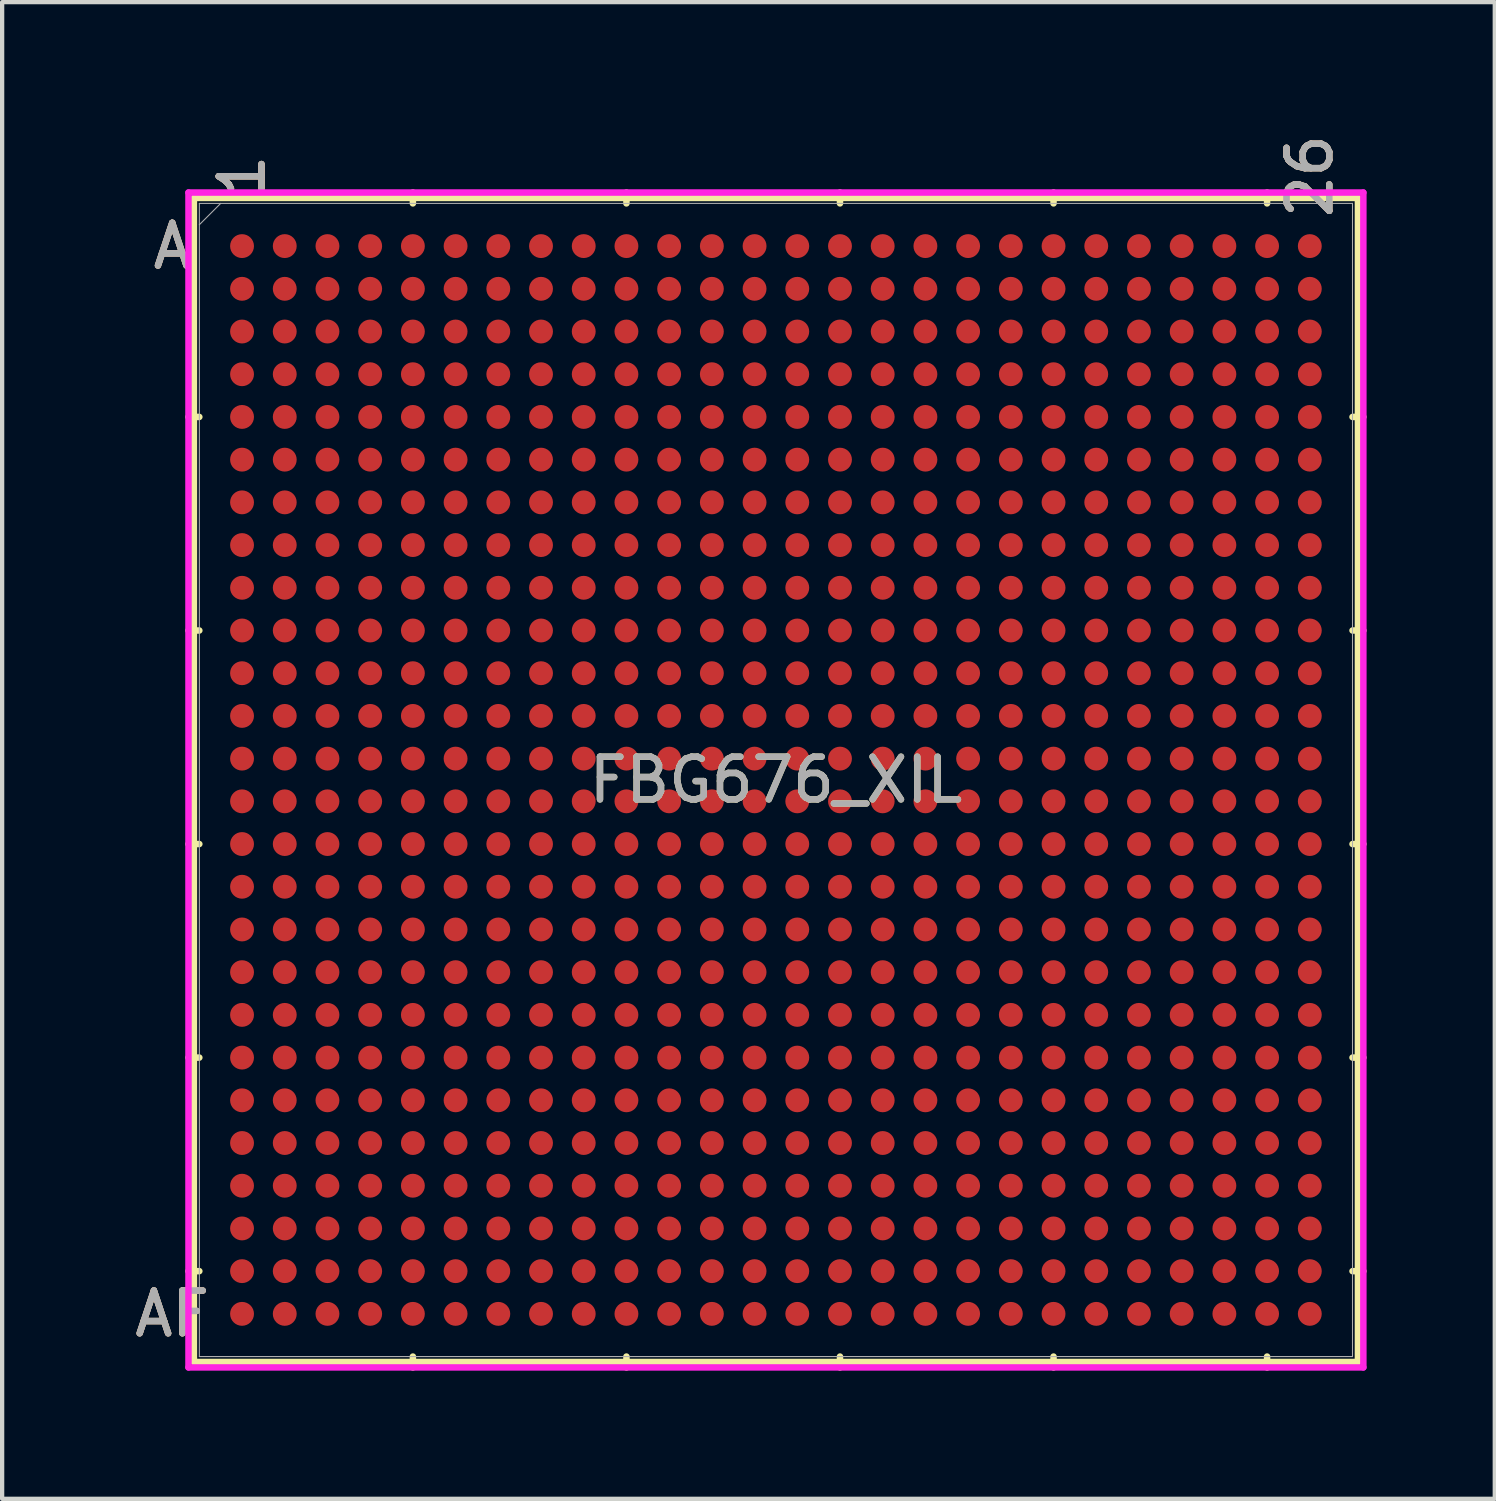
<source format=kicad_pcb>
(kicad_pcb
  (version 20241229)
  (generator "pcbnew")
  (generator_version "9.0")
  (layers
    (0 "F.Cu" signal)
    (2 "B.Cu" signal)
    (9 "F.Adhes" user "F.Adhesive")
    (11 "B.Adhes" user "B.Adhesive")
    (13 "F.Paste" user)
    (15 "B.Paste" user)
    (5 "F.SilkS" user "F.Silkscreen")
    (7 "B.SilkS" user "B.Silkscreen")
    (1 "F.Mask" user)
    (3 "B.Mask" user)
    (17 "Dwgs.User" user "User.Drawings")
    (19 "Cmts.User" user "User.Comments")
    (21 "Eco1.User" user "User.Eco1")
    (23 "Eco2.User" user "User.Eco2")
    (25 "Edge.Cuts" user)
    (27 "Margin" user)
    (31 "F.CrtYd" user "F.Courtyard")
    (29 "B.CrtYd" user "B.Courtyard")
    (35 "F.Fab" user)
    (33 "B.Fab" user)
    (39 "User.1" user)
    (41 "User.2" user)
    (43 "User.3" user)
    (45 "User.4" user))
  (footprint "FBG676_XIL"
    (layer "F.Cu")
    (at 15.117 15.212)
    (property "Reference" "FBG676_XIL" (at 0 0 0) (unlocked yes) (layer "F.SilkS") (effects (font (size 1 1) (thickness 0.15))))
    (attr smd)
    (fp_line (start -13.627 -13.627) (end -13.627 13.627) (stroke (width 0.152) (type solid)) (layer "F.SilkS"))
    (fp_line (start -13.627 13.627) (end 13.627 13.627) (stroke (width 0.152) (type solid)) (layer "F.SilkS"))
    (fp_line (start -13.5 -8.5) (end -13.754 -8.5) (stroke (width 0.152) (type solid)) (layer "F.SilkS"))
    (fp_line (start -13.5 -3.5) (end -13.754 -3.5) (stroke (width 0.152) (type solid)) (layer "F.SilkS"))
    (fp_line (start -13.5 1.5) (end -13.754 1.5) (stroke (width 0.152) (type solid)) (layer "F.SilkS"))
    (fp_line (start -13.5 6.5) (end -13.754 6.5) (stroke (width 0.152) (type solid)) (layer "F.SilkS"))
    (fp_line (start -13.5 11.5) (end -13.754 11.5) (stroke (width 0.152) (type solid)) (layer "F.SilkS"))
    (fp_line (start -8.5 -13.5) (end -8.5 -13.754) (stroke (width 0.152) (type solid)) (layer "F.SilkS"))
    (fp_line (start -8.5 13.5) (end -8.5 13.754) (stroke (width 0.152) (type solid)) (layer "F.SilkS"))
    (fp_line (start -3.5 -13.5) (end -3.5 -13.754) (stroke (width 0.152) (type solid)) (layer "F.SilkS"))
    (fp_line (start -3.5 13.5) (end -3.5 13.754) (stroke (width 0.152) (type solid)) (layer "F.SilkS"))
    (fp_line (start 1.5 -13.5) (end 1.5 -13.754) (stroke (width 0.152) (type solid)) (layer "F.SilkS"))
    (fp_line (start 1.5 13.5) (end 1.5 13.754) (stroke (width 0.152) (type solid)) (layer "F.SilkS"))
    (fp_line (start 6.5 -13.5) (end 6.5 -13.754) (stroke (width 0.152) (type solid)) (layer "F.SilkS"))
    (fp_line (start 6.5 13.5) (end 6.5 13.754) (stroke (width 0.152) (type solid)) (layer "F.SilkS"))
    (fp_line (start 11.5 -13.5) (end 11.5 -13.754) (stroke (width 0.152) (type solid)) (layer "F.SilkS"))
    (fp_line (start 11.5 13.5) (end 11.5 13.754) (stroke (width 0.152) (type solid)) (layer "F.SilkS"))
    (fp_line (start 13.5 -8.5) (end 13.754 -8.5) (stroke (width 0.152) (type solid)) (layer "F.SilkS"))
    (fp_line (start 13.5 -3.5) (end 13.754 -3.5) (stroke (width 0.152) (type solid)) (layer "F.SilkS"))
    (fp_line (start 13.5 1.5) (end 13.754 1.5) (stroke (width 0.152) (type solid)) (layer "F.SilkS"))
    (fp_line (start 13.5 6.5) (end 13.754 6.5) (stroke (width 0.152) (type solid)) (layer "F.SilkS"))
    (fp_line (start 13.5 11.5) (end 13.754 11.5) (stroke (width 0.152) (type solid)) (layer "F.SilkS"))
    (fp_line (start 13.627 -13.627) (end -13.627 -13.627) (stroke (width 0.152) (type solid)) (layer "F.SilkS"))
    (fp_line (start 13.627 13.627) (end 13.627 -13.627) (stroke (width 0.152) (type solid)) (layer "F.SilkS"))
    (fp_poly (pts (xy -13.508 -13.508) (xy 13.508 -13.508) (xy 13.508 13.508) (xy -13.508 13.508)) (stroke (width 0.1) (type solid)) (fill no) (layer "Eco2.User"))
    (fp_line (start -13.754 -13.754) (end 13.754 -13.754) (stroke (width 0.152) (type solid)) (layer "F.CrtYd"))
    (fp_line (start -13.754 13.754) (end -13.754 -13.754) (stroke (width 0.152) (type solid)) (layer "F.CrtYd"))
    (fp_line (start 13.754 -13.754) (end 13.754 13.754) (stroke (width 0.152) (type solid)) (layer "F.CrtYd"))
    (fp_line (start 13.754 13.754) (end -13.754 13.754) (stroke (width 0.152) (type solid)) (layer "F.CrtYd"))
    (fp_line (start -13.5 -13.5) (end -13.5 13.5) (stroke (width 0.025) (type solid)) (layer "F.Fab"))
    (fp_line (start -13.5 13.5) (end 13.5 13.5) (stroke (width 0.025) (type solid)) (layer "F.Fab"))
    (fp_line (start -13 -13.5) (end -13.5 -13) (stroke (width 0.025) (type solid)) (layer "F.Fab"))
    (fp_line (start 13.5 -13.5) (end -13.5 -13.5) (stroke (width 0.025) (type solid)) (layer "F.Fab"))
    (fp_line (start 13.5 13.5) (end 13.5 -13.5) (stroke (width 0.025) (type solid)) (layer "F.Fab"))
    (fp_text user "A" (at -14.135 -12.5 0) (unlocked yes) (layer "F.SilkS") (effects (font (size 1 1) (thickness 0.15))))
    (fp_text user "1" (at -12.5 -14.135 90) (unlocked yes) (layer "F.SilkS") (effects (font (size 1 1) (thickness 0.15))))
    (fp_text user "AF" (at -14.135 12.5 0) (unlocked yes) (layer "F.SilkS") (effects (font (size 1 1) (thickness 0.15))))
    (fp_text user "26" (at 12.5 -14.135 90) (unlocked yes) (layer "F.SilkS") (effects (font (size 1 1) (thickness 0.15))))
    (fp_text user "A" (at -14.135 -12.5 0) (unlocked yes) (layer "B.SilkS") (effects (font (size 1 1) (thickness 0.15))))
    (fp_text user "1" (at -12.5 -14.135 90) (unlocked yes) (layer "B.SilkS") (effects (font (size 1 1) (thickness 0.15))))
    (fp_text user "AF" (at -14.135 12.5 0) (unlocked yes) (layer "B.SilkS") (effects (font (size 1 1) (thickness 0.15))))
    (fp_text user "26" (at 12.5 -14.135 90) (unlocked yes) (layer "B.SilkS") (effects (font (size 1 1) (thickness 0.15))))
    (fp_text user "A" (at -14.135 -12.5 0) (unlocked yes) (layer "F.Fab") (effects (font (size 1 1) (thickness 0.15))))
    (fp_text user "${REFERENCE}" (at 0 0 0) (unlocked yes) (layer "F.Fab") (effects (font (size 1 1) (thickness 0.15))))
    (fp_text user "AF" (at -14.135 12.5 0) (unlocked yes) (layer "F.Fab") (effects (font (size 1 1) (thickness 0.15))))
    (fp_text user "1" (at -12.5 -14.135 90) (unlocked yes) (layer "F.Fab") (effects (font (size 1 1) (thickness 0.15))))
    (fp_text user "26" (at 12.5 -14.135 90) (unlocked yes) (layer "F.Fab") (effects (font (size 1 1) (thickness 0.15))))
    (pad "A1" smd circle (at -12.5 -12.5) (size 0.559 0.559) (layers "F.Cu" "F.Mask" "F.Paste"))
    (pad "A2" smd circle (at -11.5 -12.5) (size 0.559 0.559) (layers "F.Cu" "F.Mask" "F.Paste"))
    (pad "A3" smd circle (at -10.5 -12.5) (size 0.559 0.559) (layers "F.Cu" "F.Mask" "F.Paste"))
    (pad "A4" smd circle (at -9.5 -12.5) (size 0.559 0.559) (layers "F.Cu" "F.Mask" "F.Paste"))
    (pad "A5" smd circle (at -8.5 -12.5) (size 0.559 0.559) (layers "F.Cu" "F.Mask" "F.Paste"))
    (pad "A6" smd circle (at -7.5 -12.5) (size 0.559 0.559) (layers "F.Cu" "F.Mask" "F.Paste"))
    (pad "A7" smd circle (at -6.5 -12.5) (size 0.559 0.559) (layers "F.Cu" "F.Mask" "F.Paste"))
    (pad "A8" smd circle (at -5.5 -12.5) (size 0.559 0.559) (layers "F.Cu" "F.Mask" "F.Paste"))
    (pad "A9" smd circle (at -4.5 -12.5) (size 0.559 0.559) (layers "F.Cu" "F.Mask" "F.Paste"))
    (pad "A10" smd circle (at -3.5 -12.5) (size 0.559 0.559) (layers "F.Cu" "F.Mask" "F.Paste"))
    (pad "A11" smd circle (at -2.5 -12.5) (size 0.559 0.559) (layers "F.Cu" "F.Mask" "F.Paste"))
    (pad "A12" smd circle (at -1.5 -12.5) (size 0.559 0.559) (layers "F.Cu" "F.Mask" "F.Paste"))
    (pad "A13" smd circle (at -0.5 -12.5) (size 0.559 0.559) (layers "F.Cu" "F.Mask" "F.Paste"))
    (pad "A14" smd circle (at 0.5 -12.5) (size 0.559 0.559) (layers "F.Cu" "F.Mask" "F.Paste"))
    (pad "A15" smd circle (at 1.5 -12.5) (size 0.559 0.559) (layers "F.Cu" "F.Mask" "F.Paste"))
    (pad "A16" smd circle (at 2.5 -12.5) (size 0.559 0.559) (layers "F.Cu" "F.Mask" "F.Paste"))
    (pad "A17" smd circle (at 3.5 -12.5) (size 0.559 0.559) (layers "F.Cu" "F.Mask" "F.Paste"))
    (pad "A18" smd circle (at 4.5 -12.5) (size 0.559 0.559) (layers "F.Cu" "F.Mask" "F.Paste"))
    (pad "A19" smd circle (at 5.5 -12.5) (size 0.559 0.559) (layers "F.Cu" "F.Mask" "F.Paste"))
    (pad "A20" smd circle (at 6.5 -12.5) (size 0.559 0.559) (layers "F.Cu" "F.Mask" "F.Paste"))
    (pad "A21" smd circle (at 7.5 -12.5) (size 0.559 0.559) (layers "F.Cu" "F.Mask" "F.Paste"))
    (pad "A22" smd circle (at 8.5 -12.5) (size 0.559 0.559) (layers "F.Cu" "F.Mask" "F.Paste"))
    (pad "A23" smd circle (at 9.5 -12.5) (size 0.559 0.559) (layers "F.Cu" "F.Mask" "F.Paste"))
    (pad "A24" smd circle (at 10.5 -12.5) (size 0.559 0.559) (layers "F.Cu" "F.Mask" "F.Paste"))
    (pad "A25" smd circle (at 11.5 -12.5) (size 0.559 0.559) (layers "F.Cu" "F.Mask" "F.Paste"))
    (pad "A26" smd circle (at 12.5 -12.5) (size 0.559 0.559) (layers "F.Cu" "F.Mask" "F.Paste"))
    (pad "AA1" smd circle (at -12.5 7.5) (size 0.559 0.559) (layers "F.Cu" "F.Mask" "F.Paste"))
    (pad "AA2" smd circle (at -11.5 7.5) (size 0.559 0.559) (layers "F.Cu" "F.Mask" "F.Paste"))
    (pad "AA3" smd circle (at -10.5 7.5) (size 0.559 0.559) (layers "F.Cu" "F.Mask" "F.Paste"))
    (pad "AA4" smd circle (at -9.5 7.5) (size 0.559 0.559) (layers "F.Cu" "F.Mask" "F.Paste"))
    (pad "AA5" smd circle (at -8.5 7.5) (size 0.559 0.559) (layers "F.Cu" "F.Mask" "F.Paste"))
    (pad "AA6" smd circle (at -7.5 7.5) (size 0.559 0.559) (layers "F.Cu" "F.Mask" "F.Paste"))
    (pad "AA7" smd circle (at -6.5 7.5) (size 0.559 0.559) (layers "F.Cu" "F.Mask" "F.Paste"))
    (pad "AA8" smd circle (at -5.5 7.5) (size 0.559 0.559) (layers "F.Cu" "F.Mask" "F.Paste"))
    (pad "AA9" smd circle (at -4.5 7.5) (size 0.559 0.559) (layers "F.Cu" "F.Mask" "F.Paste"))
    (pad "AA10" smd circle (at -3.5 7.5) (size 0.559 0.559) (layers "F.Cu" "F.Mask" "F.Paste"))
    (pad "AA11" smd circle (at -2.5 7.5) (size 0.559 0.559) (layers "F.Cu" "F.Mask" "F.Paste"))
    (pad "AA12" smd circle (at -1.5 7.5) (size 0.559 0.559) (layers "F.Cu" "F.Mask" "F.Paste"))
    (pad "AA13" smd circle (at -0.5 7.5) (size 0.559 0.559) (layers "F.Cu" "F.Mask" "F.Paste"))
    (pad "AA14" smd circle (at 0.5 7.5) (size 0.559 0.559) (layers "F.Cu" "F.Mask" "F.Paste"))
    (pad "AA15" smd circle (at 1.5 7.5) (size 0.559 0.559) (layers "F.Cu" "F.Mask" "F.Paste"))
    (pad "AA16" smd circle (at 2.5 7.5) (size 0.559 0.559) (layers "F.Cu" "F.Mask" "F.Paste"))
    (pad "AA17" smd circle (at 3.5 7.5) (size 0.559 0.559) (layers "F.Cu" "F.Mask" "F.Paste"))
    (pad "AA18" smd circle (at 4.5 7.5) (size 0.559 0.559) (layers "F.Cu" "F.Mask" "F.Paste"))
    (pad "AA19" smd circle (at 5.5 7.5) (size 0.559 0.559) (layers "F.Cu" "F.Mask" "F.Paste"))
    (pad "AA20" smd circle (at 6.5 7.5) (size 0.559 0.559) (layers "F.Cu" "F.Mask" "F.Paste"))
    (pad "AA21" smd circle (at 7.5 7.5) (size 0.559 0.559) (layers "F.Cu" "F.Mask" "F.Paste"))
    (pad "AA22" smd circle (at 8.5 7.5) (size 0.559 0.559) (layers "F.Cu" "F.Mask" "F.Paste"))
    (pad "AA23" smd circle (at 9.5 7.5) (size 0.559 0.559) (layers "F.Cu" "F.Mask" "F.Paste"))
    (pad "AA24" smd circle (at 10.5 7.5) (size 0.559 0.559) (layers "F.Cu" "F.Mask" "F.Paste"))
    (pad "AA25" smd circle (at 11.5 7.5) (size 0.559 0.559) (layers "F.Cu" "F.Mask" "F.Paste"))
    (pad "AA26" smd circle (at 12.5 7.5) (size 0.559 0.559) (layers "F.Cu" "F.Mask" "F.Paste"))
    (pad "AB1" smd circle (at -12.5 8.5) (size 0.559 0.559) (layers "F.Cu" "F.Mask" "F.Paste"))
    (pad "AB2" smd circle (at -11.5 8.5) (size 0.559 0.559) (layers "F.Cu" "F.Mask" "F.Paste"))
    (pad "AB3" smd circle (at -10.5 8.5) (size 0.559 0.559) (layers "F.Cu" "F.Mask" "F.Paste"))
    (pad "AB4" smd circle (at -9.5 8.5) (size 0.559 0.559) (layers "F.Cu" "F.Mask" "F.Paste"))
    (pad "AB5" smd circle (at -8.5 8.5) (size 0.559 0.559) (layers "F.Cu" "F.Mask" "F.Paste"))
    (pad "AB6" smd circle (at -7.5 8.5) (size 0.559 0.559) (layers "F.Cu" "F.Mask" "F.Paste"))
    (pad "AB7" smd circle (at -6.5 8.5) (size 0.559 0.559) (layers "F.Cu" "F.Mask" "F.Paste"))
    (pad "AB8" smd circle (at -5.5 8.5) (size 0.559 0.559) (layers "F.Cu" "F.Mask" "F.Paste"))
    (pad "AB9" smd circle (at -4.5 8.5) (size 0.559 0.559) (layers "F.Cu" "F.Mask" "F.Paste"))
    (pad "AB10" smd circle (at -3.5 8.5) (size 0.559 0.559) (layers "F.Cu" "F.Mask" "F.Paste"))
    (pad "AB11" smd circle (at -2.5 8.5) (size 0.559 0.559) (layers "F.Cu" "F.Mask" "F.Paste"))
    (pad "AB12" smd circle (at -1.5 8.5) (size 0.559 0.559) (layers "F.Cu" "F.Mask" "F.Paste"))
    (pad "AB13" smd circle (at -0.5 8.5) (size 0.559 0.559) (layers "F.Cu" "F.Mask" "F.Paste"))
    (pad "AB14" smd circle (at 0.5 8.5) (size 0.559 0.559) (layers "F.Cu" "F.Mask" "F.Paste"))
    (pad "AB15" smd circle (at 1.5 8.5) (size 0.559 0.559) (layers "F.Cu" "F.Mask" "F.Paste"))
    (pad "AB16" smd circle (at 2.5 8.5) (size 0.559 0.559) (layers "F.Cu" "F.Mask" "F.Paste"))
    (pad "AB17" smd circle (at 3.5 8.5) (size 0.559 0.559) (layers "F.Cu" "F.Mask" "F.Paste"))
    (pad "AB18" smd circle (at 4.5 8.5) (size 0.559 0.559) (layers "F.Cu" "F.Mask" "F.Paste"))
    (pad "AB19" smd circle (at 5.5 8.5) (size 0.559 0.559) (layers "F.Cu" "F.Mask" "F.Paste"))
    (pad "AB20" smd circle (at 6.5 8.5) (size 0.559 0.559) (layers "F.Cu" "F.Mask" "F.Paste"))
    (pad "AB21" smd circle (at 7.5 8.5) (size 0.559 0.559) (layers "F.Cu" "F.Mask" "F.Paste"))
    (pad "AB22" smd circle (at 8.5 8.5) (size 0.559 0.559) (layers "F.Cu" "F.Mask" "F.Paste"))
    (pad "AB23" smd circle (at 9.5 8.5) (size 0.559 0.559) (layers "F.Cu" "F.Mask" "F.Paste"))
    (pad "AB24" smd circle (at 10.5 8.5) (size 0.559 0.559) (layers "F.Cu" "F.Mask" "F.Paste"))
    (pad "AB25" smd circle (at 11.5 8.5) (size 0.559 0.559) (layers "F.Cu" "F.Mask" "F.Paste"))
    (pad "AB26" smd circle (at 12.5 8.5) (size 0.559 0.559) (layers "F.Cu" "F.Mask" "F.Paste"))
    (pad "AC1" smd circle (at -12.5 9.5) (size 0.559 0.559) (layers "F.Cu" "F.Mask" "F.Paste"))
    (pad "AC2" smd circle (at -11.5 9.5) (size 0.559 0.559) (layers "F.Cu" "F.Mask" "F.Paste"))
    (pad "AC3" smd circle (at -10.5 9.5) (size 0.559 0.559) (layers "F.Cu" "F.Mask" "F.Paste"))
    (pad "AC4" smd circle (at -9.5 9.5) (size 0.559 0.559) (layers "F.Cu" "F.Mask" "F.Paste"))
    (pad "AC5" smd circle (at -8.5 9.5) (size 0.559 0.559) (layers "F.Cu" "F.Mask" "F.Paste"))
    (pad "AC6" smd circle (at -7.5 9.5) (size 0.559 0.559) (layers "F.Cu" "F.Mask" "F.Paste"))
    (pad "AC7" smd circle (at -6.5 9.5) (size 0.559 0.559) (layers "F.Cu" "F.Mask" "F.Paste"))
    (pad "AC8" smd circle (at -5.5 9.5) (size 0.559 0.559) (layers "F.Cu" "F.Mask" "F.Paste"))
    (pad "AC9" smd circle (at -4.5 9.5) (size 0.559 0.559) (layers "F.Cu" "F.Mask" "F.Paste"))
    (pad "AC10" smd circle (at -3.5 9.5) (size 0.559 0.559) (layers "F.Cu" "F.Mask" "F.Paste"))
    (pad "AC11" smd circle (at -2.5 9.5) (size 0.559 0.559) (layers "F.Cu" "F.Mask" "F.Paste"))
    (pad "AC12" smd circle (at -1.5 9.5) (size 0.559 0.559) (layers "F.Cu" "F.Mask" "F.Paste"))
    (pad "AC13" smd circle (at -0.5 9.5) (size 0.559 0.559) (layers "F.Cu" "F.Mask" "F.Paste"))
    (pad "AC14" smd circle (at 0.5 9.5) (size 0.559 0.559) (layers "F.Cu" "F.Mask" "F.Paste"))
    (pad "AC15" smd circle (at 1.5 9.5) (size 0.559 0.559) (layers "F.Cu" "F.Mask" "F.Paste"))
    (pad "AC16" smd circle (at 2.5 9.5) (size 0.559 0.559) (layers "F.Cu" "F.Mask" "F.Paste"))
    (pad "AC17" smd circle (at 3.5 9.5) (size 0.559 0.559) (layers "F.Cu" "F.Mask" "F.Paste"))
    (pad "AC18" smd circle (at 4.5 9.5) (size 0.559 0.559) (layers "F.Cu" "F.Mask" "F.Paste"))
    (pad "AC19" smd circle (at 5.5 9.5) (size 0.559 0.559) (layers "F.Cu" "F.Mask" "F.Paste"))
    (pad "AC20" smd circle (at 6.5 9.5) (size 0.559 0.559) (layers "F.Cu" "F.Mask" "F.Paste"))
    (pad "AC21" smd circle (at 7.5 9.5) (size 0.559 0.559) (layers "F.Cu" "F.Mask" "F.Paste"))
    (pad "AC22" smd circle (at 8.5 9.5) (size 0.559 0.559) (layers "F.Cu" "F.Mask" "F.Paste"))
    (pad "AC23" smd circle (at 9.5 9.5) (size 0.559 0.559) (layers "F.Cu" "F.Mask" "F.Paste"))
    (pad "AC24" smd circle (at 10.5 9.5) (size 0.559 0.559) (layers "F.Cu" "F.Mask" "F.Paste"))
    (pad "AC25" smd circle (at 11.5 9.5) (size 0.559 0.559) (layers "F.Cu" "F.Mask" "F.Paste"))
    (pad "AC26" smd circle (at 12.5 9.5) (size 0.559 0.559) (layers "F.Cu" "F.Mask" "F.Paste"))
    (pad "AD1" smd circle (at -12.5 10.5) (size 0.559 0.559) (layers "F.Cu" "F.Mask" "F.Paste"))
    (pad "AD2" smd circle (at -11.5 10.5) (size 0.559 0.559) (layers "F.Cu" "F.Mask" "F.Paste"))
    (pad "AD3" smd circle (at -10.5 10.5) (size 0.559 0.559) (layers "F.Cu" "F.Mask" "F.Paste"))
    (pad "AD4" smd circle (at -9.5 10.5) (size 0.559 0.559) (layers "F.Cu" "F.Mask" "F.Paste"))
    (pad "AD5" smd circle (at -8.5 10.5) (size 0.559 0.559) (layers "F.Cu" "F.Mask" "F.Paste"))
    (pad "AD6" smd circle (at -7.5 10.5) (size 0.559 0.559) (layers "F.Cu" "F.Mask" "F.Paste"))
    (pad "AD7" smd circle (at -6.5 10.5) (size 0.559 0.559) (layers "F.Cu" "F.Mask" "F.Paste"))
    (pad "AD8" smd circle (at -5.5 10.5) (size 0.559 0.559) (layers "F.Cu" "F.Mask" "F.Paste"))
    (pad "AD9" smd circle (at -4.5 10.5) (size 0.559 0.559) (layers "F.Cu" "F.Mask" "F.Paste"))
    (pad "AD10" smd circle (at -3.5 10.5) (size 0.559 0.559) (layers "F.Cu" "F.Mask" "F.Paste"))
    (pad "AD11" smd circle (at -2.5 10.5) (size 0.559 0.559) (layers "F.Cu" "F.Mask" "F.Paste"))
    (pad "AD12" smd circle (at -1.5 10.5) (size 0.559 0.559) (layers "F.Cu" "F.Mask" "F.Paste"))
    (pad "AD13" smd circle (at -0.5 10.5) (size 0.559 0.559) (layers "F.Cu" "F.Mask" "F.Paste"))
    (pad "AD14" smd circle (at 0.5 10.5) (size 0.559 0.559) (layers "F.Cu" "F.Mask" "F.Paste"))
    (pad "AD15" smd circle (at 1.5 10.5) (size 0.559 0.559) (layers "F.Cu" "F.Mask" "F.Paste"))
    (pad "AD16" smd circle (at 2.5 10.5) (size 0.559 0.559) (layers "F.Cu" "F.Mask" "F.Paste"))
    (pad "AD17" smd circle (at 3.5 10.5) (size 0.559 0.559) (layers "F.Cu" "F.Mask" "F.Paste"))
    (pad "AD18" smd circle (at 4.5 10.5) (size 0.559 0.559) (layers "F.Cu" "F.Mask" "F.Paste"))
    (pad "AD19" smd circle (at 5.5 10.5) (size 0.559 0.559) (layers "F.Cu" "F.Mask" "F.Paste"))
    (pad "AD20" smd circle (at 6.5 10.5) (size 0.559 0.559) (layers "F.Cu" "F.Mask" "F.Paste"))
    (pad "AD21" smd circle (at 7.5 10.5) (size 0.559 0.559) (layers "F.Cu" "F.Mask" "F.Paste"))
    (pad "AD22" smd circle (at 8.5 10.5) (size 0.559 0.559) (layers "F.Cu" "F.Mask" "F.Paste"))
    (pad "AD23" smd circle (at 9.5 10.5) (size 0.559 0.559) (layers "F.Cu" "F.Mask" "F.Paste"))
    (pad "AD24" smd circle (at 10.5 10.5) (size 0.559 0.559) (layers "F.Cu" "F.Mask" "F.Paste"))
    (pad "AD25" smd circle (at 11.5 10.5) (size 0.559 0.559) (layers "F.Cu" "F.Mask" "F.Paste"))
    (pad "AD26" smd circle (at 12.5 10.5) (size 0.559 0.559) (layers "F.Cu" "F.Mask" "F.Paste"))
    (pad "AE1" smd circle (at -12.5 11.5) (size 0.559 0.559) (layers "F.Cu" "F.Mask" "F.Paste"))
    (pad "AE2" smd circle (at -11.5 11.5) (size 0.559 0.559) (layers "F.Cu" "F.Mask" "F.Paste"))
    (pad "AE3" smd circle (at -10.5 11.5) (size 0.559 0.559) (layers "F.Cu" "F.Mask" "F.Paste"))
    (pad "AE4" smd circle (at -9.5 11.5) (size 0.559 0.559) (layers "F.Cu" "F.Mask" "F.Paste"))
    (pad "AE5" smd circle (at -8.5 11.5) (size 0.559 0.559) (layers "F.Cu" "F.Mask" "F.Paste"))
    (pad "AE6" smd circle (at -7.5 11.5) (size 0.559 0.559) (layers "F.Cu" "F.Mask" "F.Paste"))
    (pad "AE7" smd circle (at -6.5 11.5) (size 0.559 0.559) (layers "F.Cu" "F.Mask" "F.Paste"))
    (pad "AE8" smd circle (at -5.5 11.5) (size 0.559 0.559) (layers "F.Cu" "F.Mask" "F.Paste"))
    (pad "AE9" smd circle (at -4.5 11.5) (size 0.559 0.559) (layers "F.Cu" "F.Mask" "F.Paste"))
    (pad "AE10" smd circle (at -3.5 11.5) (size 0.559 0.559) (layers "F.Cu" "F.Mask" "F.Paste"))
    (pad "AE11" smd circle (at -2.5 11.5) (size 0.559 0.559) (layers "F.Cu" "F.Mask" "F.Paste"))
    (pad "AE12" smd circle (at -1.5 11.5) (size 0.559 0.559) (layers "F.Cu" "F.Mask" "F.Paste"))
    (pad "AE13" smd circle (at -0.5 11.5) (size 0.559 0.559) (layers "F.Cu" "F.Mask" "F.Paste"))
    (pad "AE14" smd circle (at 0.5 11.5) (size 0.559 0.559) (layers "F.Cu" "F.Mask" "F.Paste"))
    (pad "AE15" smd circle (at 1.5 11.5) (size 0.559 0.559) (layers "F.Cu" "F.Mask" "F.Paste"))
    (pad "AE16" smd circle (at 2.5 11.5) (size 0.559 0.559) (layers "F.Cu" "F.Mask" "F.Paste"))
    (pad "AE17" smd circle (at 3.5 11.5) (size 0.559 0.559) (layers "F.Cu" "F.Mask" "F.Paste"))
    (pad "AE18" smd circle (at 4.5 11.5) (size 0.559 0.559) (layers "F.Cu" "F.Mask" "F.Paste"))
    (pad "AE19" smd circle (at 5.5 11.5) (size 0.559 0.559) (layers "F.Cu" "F.Mask" "F.Paste"))
    (pad "AE20" smd circle (at 6.5 11.5) (size 0.559 0.559) (layers "F.Cu" "F.Mask" "F.Paste"))
    (pad "AE21" smd circle (at 7.5 11.5) (size 0.559 0.559) (layers "F.Cu" "F.Mask" "F.Paste"))
    (pad "AE22" smd circle (at 8.5 11.5) (size 0.559 0.559) (layers "F.Cu" "F.Mask" "F.Paste"))
    (pad "AE23" smd circle (at 9.5 11.5) (size 0.559 0.559) (layers "F.Cu" "F.Mask" "F.Paste"))
    (pad "AE24" smd circle (at 10.5 11.5) (size 0.559 0.559) (layers "F.Cu" "F.Mask" "F.Paste"))
    (pad "AE25" smd circle (at 11.5 11.5) (size 0.559 0.559) (layers "F.Cu" "F.Mask" "F.Paste"))
    (pad "AE26" smd circle (at 12.5 11.5) (size 0.559 0.559) (layers "F.Cu" "F.Mask" "F.Paste"))
    (pad "AF1" smd circle (at -12.5 12.5) (size 0.559 0.559) (layers "F.Cu" "F.Mask" "F.Paste"))
    (pad "AF2" smd circle (at -11.5 12.5) (size 0.559 0.559) (layers "F.Cu" "F.Mask" "F.Paste"))
    (pad "AF3" smd circle (at -10.5 12.5) (size 0.559 0.559) (layers "F.Cu" "F.Mask" "F.Paste"))
    (pad "AF4" smd circle (at -9.5 12.5) (size 0.559 0.559) (layers "F.Cu" "F.Mask" "F.Paste"))
    (pad "AF5" smd circle (at -8.5 12.5) (size 0.559 0.559) (layers "F.Cu" "F.Mask" "F.Paste"))
    (pad "AF6" smd circle (at -7.5 12.5) (size 0.559 0.559) (layers "F.Cu" "F.Mask" "F.Paste"))
    (pad "AF7" smd circle (at -6.5 12.5) (size 0.559 0.559) (layers "F.Cu" "F.Mask" "F.Paste"))
    (pad "AF8" smd circle (at -5.5 12.5) (size 0.559 0.559) (layers "F.Cu" "F.Mask" "F.Paste"))
    (pad "AF9" smd circle (at -4.5 12.5) (size 0.559 0.559) (layers "F.Cu" "F.Mask" "F.Paste"))
    (pad "AF10" smd circle (at -3.5 12.5) (size 0.559 0.559) (layers "F.Cu" "F.Mask" "F.Paste"))
    (pad "AF11" smd circle (at -2.5 12.5) (size 0.559 0.559) (layers "F.Cu" "F.Mask" "F.Paste"))
    (pad "AF12" smd circle (at -1.5 12.5) (size 0.559 0.559) (layers "F.Cu" "F.Mask" "F.Paste"))
    (pad "AF13" smd circle (at -0.5 12.5) (size 0.559 0.559) (layers "F.Cu" "F.Mask" "F.Paste"))
    (pad "AF14" smd circle (at 0.5 12.5) (size 0.559 0.559) (layers "F.Cu" "F.Mask" "F.Paste"))
    (pad "AF15" smd circle (at 1.5 12.5) (size 0.559 0.559) (layers "F.Cu" "F.Mask" "F.Paste"))
    (pad "AF16" smd circle (at 2.5 12.5) (size 0.559 0.559) (layers "F.Cu" "F.Mask" "F.Paste"))
    (pad "AF17" smd circle (at 3.5 12.5) (size 0.559 0.559) (layers "F.Cu" "F.Mask" "F.Paste"))
    (pad "AF18" smd circle (at 4.5 12.5) (size 0.559 0.559) (layers "F.Cu" "F.Mask" "F.Paste"))
    (pad "AF19" smd circle (at 5.5 12.5) (size 0.559 0.559) (layers "F.Cu" "F.Mask" "F.Paste"))
    (pad "AF20" smd circle (at 6.5 12.5) (size 0.559 0.559) (layers "F.Cu" "F.Mask" "F.Paste"))
    (pad "AF21" smd circle (at 7.5 12.5) (size 0.559 0.559) (layers "F.Cu" "F.Mask" "F.Paste"))
    (pad "AF22" smd circle (at 8.5 12.5) (size 0.559 0.559) (layers "F.Cu" "F.Mask" "F.Paste"))
    (pad "AF23" smd circle (at 9.5 12.5) (size 0.559 0.559) (layers "F.Cu" "F.Mask" "F.Paste"))
    (pad "AF24" smd circle (at 10.5 12.5) (size 0.559 0.559) (layers "F.Cu" "F.Mask" "F.Paste"))
    (pad "AF25" smd circle (at 11.5 12.5) (size 0.559 0.559) (layers "F.Cu" "F.Mask" "F.Paste"))
    (pad "AF26" smd circle (at 12.5 12.5) (size 0.559 0.559) (layers "F.Cu" "F.Mask" "F.Paste"))
    (pad "B1" smd circle (at -12.5 -11.5) (size 0.559 0.559) (layers "F.Cu" "F.Mask" "F.Paste"))
    (pad "B2" smd circle (at -11.5 -11.5) (size 0.559 0.559) (layers "F.Cu" "F.Mask" "F.Paste"))
    (pad "B3" smd circle (at -10.5 -11.5) (size 0.559 0.559) (layers "F.Cu" "F.Mask" "F.Paste"))
    (pad "B4" smd circle (at -9.5 -11.5) (size 0.559 0.559) (layers "F.Cu" "F.Mask" "F.Paste"))
    (pad "B5" smd circle (at -8.5 -11.5) (size 0.559 0.559) (layers "F.Cu" "F.Mask" "F.Paste"))
    (pad "B6" smd circle (at -7.5 -11.5) (size 0.559 0.559) (layers "F.Cu" "F.Mask" "F.Paste"))
    (pad "B7" smd circle (at -6.5 -11.5) (size 0.559 0.559) (layers "F.Cu" "F.Mask" "F.Paste"))
    (pad "B8" smd circle (at -5.5 -11.5) (size 0.559 0.559) (layers "F.Cu" "F.Mask" "F.Paste"))
    (pad "B9" smd circle (at -4.5 -11.5) (size 0.559 0.559) (layers "F.Cu" "F.Mask" "F.Paste"))
    (pad "B10" smd circle (at -3.5 -11.5) (size 0.559 0.559) (layers "F.Cu" "F.Mask" "F.Paste"))
    (pad "B11" smd circle (at -2.5 -11.5) (size 0.559 0.559) (layers "F.Cu" "F.Mask" "F.Paste"))
    (pad "B12" smd circle (at -1.5 -11.5) (size 0.559 0.559) (layers "F.Cu" "F.Mask" "F.Paste"))
    (pad "B13" smd circle (at -0.5 -11.5) (size 0.559 0.559) (layers "F.Cu" "F.Mask" "F.Paste"))
    (pad "B14" smd circle (at 0.5 -11.5) (size 0.559 0.559) (layers "F.Cu" "F.Mask" "F.Paste"))
    (pad "B15" smd circle (at 1.5 -11.5) (size 0.559 0.559) (layers "F.Cu" "F.Mask" "F.Paste"))
    (pad "B16" smd circle (at 2.5 -11.5) (size 0.559 0.559) (layers "F.Cu" "F.Mask" "F.Paste"))
    (pad "B17" smd circle (at 3.5 -11.5) (size 0.559 0.559) (layers "F.Cu" "F.Mask" "F.Paste"))
    (pad "B18" smd circle (at 4.5 -11.5) (size 0.559 0.559) (layers "F.Cu" "F.Mask" "F.Paste"))
    (pad "B19" smd circle (at 5.5 -11.5) (size 0.559 0.559) (layers "F.Cu" "F.Mask" "F.Paste"))
    (pad "B20" smd circle (at 6.5 -11.5) (size 0.559 0.559) (layers "F.Cu" "F.Mask" "F.Paste"))
    (pad "B21" smd circle (at 7.5 -11.5) (size 0.559 0.559) (layers "F.Cu" "F.Mask" "F.Paste"))
    (pad "B22" smd circle (at 8.5 -11.5) (size 0.559 0.559) (layers "F.Cu" "F.Mask" "F.Paste"))
    (pad "B23" smd circle (at 9.5 -11.5) (size 0.559 0.559) (layers "F.Cu" "F.Mask" "F.Paste"))
    (pad "B24" smd circle (at 10.5 -11.5) (size 0.559 0.559) (layers "F.Cu" "F.Mask" "F.Paste"))
    (pad "B25" smd circle (at 11.5 -11.5) (size 0.559 0.559) (layers "F.Cu" "F.Mask" "F.Paste"))
    (pad "B26" smd circle (at 12.5 -11.5) (size 0.559 0.559) (layers "F.Cu" "F.Mask" "F.Paste"))
    (pad "C1" smd circle (at -12.5 -10.5) (size 0.559 0.559) (layers "F.Cu" "F.Mask" "F.Paste"))
    (pad "C2" smd circle (at -11.5 -10.5) (size 0.559 0.559) (layers "F.Cu" "F.Mask" "F.Paste"))
    (pad "C3" smd circle (at -10.5 -10.5) (size 0.559 0.559) (layers "F.Cu" "F.Mask" "F.Paste"))
    (pad "C4" smd circle (at -9.5 -10.5) (size 0.559 0.559) (layers "F.Cu" "F.Mask" "F.Paste"))
    (pad "C5" smd circle (at -8.5 -10.5) (size 0.559 0.559) (layers "F.Cu" "F.Mask" "F.Paste"))
    (pad "C6" smd circle (at -7.5 -10.5) (size 0.559 0.559) (layers "F.Cu" "F.Mask" "F.Paste"))
    (pad "C7" smd circle (at -6.5 -10.5) (size 0.559 0.559) (layers "F.Cu" "F.Mask" "F.Paste"))
    (pad "C8" smd circle (at -5.5 -10.5) (size 0.559 0.559) (layers "F.Cu" "F.Mask" "F.Paste"))
    (pad "C9" smd circle (at -4.5 -10.5) (size 0.559 0.559) (layers "F.Cu" "F.Mask" "F.Paste"))
    (pad "C10" smd circle (at -3.5 -10.5) (size 0.559 0.559) (layers "F.Cu" "F.Mask" "F.Paste"))
    (pad "C11" smd circle (at -2.5 -10.5) (size 0.559 0.559) (layers "F.Cu" "F.Mask" "F.Paste"))
    (pad "C12" smd circle (at -1.5 -10.5) (size 0.559 0.559) (layers "F.Cu" "F.Mask" "F.Paste"))
    (pad "C13" smd circle (at -0.5 -10.5) (size 0.559 0.559) (layers "F.Cu" "F.Mask" "F.Paste"))
    (pad "C14" smd circle (at 0.5 -10.5) (size 0.559 0.559) (layers "F.Cu" "F.Mask" "F.Paste"))
    (pad "C15" smd circle (at 1.5 -10.5) (size 0.559 0.559) (layers "F.Cu" "F.Mask" "F.Paste"))
    (pad "C16" smd circle (at 2.5 -10.5) (size 0.559 0.559) (layers "F.Cu" "F.Mask" "F.Paste"))
    (pad "C17" smd circle (at 3.5 -10.5) (size 0.559 0.559) (layers "F.Cu" "F.Mask" "F.Paste"))
    (pad "C18" smd circle (at 4.5 -10.5) (size 0.559 0.559) (layers "F.Cu" "F.Mask" "F.Paste"))
    (pad "C19" smd circle (at 5.5 -10.5) (size 0.559 0.559) (layers "F.Cu" "F.Mask" "F.Paste"))
    (pad "C20" smd circle (at 6.5 -10.5) (size 0.559 0.559) (layers "F.Cu" "F.Mask" "F.Paste"))
    (pad "C21" smd circle (at 7.5 -10.5) (size 0.559 0.559) (layers "F.Cu" "F.Mask" "F.Paste"))
    (pad "C22" smd circle (at 8.5 -10.5) (size 0.559 0.559) (layers "F.Cu" "F.Mask" "F.Paste"))
    (pad "C23" smd circle (at 9.5 -10.5) (size 0.559 0.559) (layers "F.Cu" "F.Mask" "F.Paste"))
    (pad "C24" smd circle (at 10.5 -10.5) (size 0.559 0.559) (layers "F.Cu" "F.Mask" "F.Paste"))
    (pad "C25" smd circle (at 11.5 -10.5) (size 0.559 0.559) (layers "F.Cu" "F.Mask" "F.Paste"))
    (pad "C26" smd circle (at 12.5 -10.5) (size 0.559 0.559) (layers "F.Cu" "F.Mask" "F.Paste"))
    (pad "D1" smd circle (at -12.5 -9.5) (size 0.559 0.559) (layers "F.Cu" "F.Mask" "F.Paste"))
    (pad "D2" smd circle (at -11.5 -9.5) (size 0.559 0.559) (layers "F.Cu" "F.Mask" "F.Paste"))
    (pad "D3" smd circle (at -10.5 -9.5) (size 0.559 0.559) (layers "F.Cu" "F.Mask" "F.Paste"))
    (pad "D4" smd circle (at -9.5 -9.5) (size 0.559 0.559) (layers "F.Cu" "F.Mask" "F.Paste"))
    (pad "D5" smd circle (at -8.5 -9.5) (size 0.559 0.559) (layers "F.Cu" "F.Mask" "F.Paste"))
    (pad "D6" smd circle (at -7.5 -9.5) (size 0.559 0.559) (layers "F.Cu" "F.Mask" "F.Paste"))
    (pad "D7" smd circle (at -6.5 -9.5) (size 0.559 0.559) (layers "F.Cu" "F.Mask" "F.Paste"))
    (pad "D8" smd circle (at -5.5 -9.5) (size 0.559 0.559) (layers "F.Cu" "F.Mask" "F.Paste"))
    (pad "D9" smd circle (at -4.5 -9.5) (size 0.559 0.559) (layers "F.Cu" "F.Mask" "F.Paste"))
    (pad "D10" smd circle (at -3.5 -9.5) (size 0.559 0.559) (layers "F.Cu" "F.Mask" "F.Paste"))
    (pad "D11" smd circle (at -2.5 -9.5) (size 0.559 0.559) (layers "F.Cu" "F.Mask" "F.Paste"))
    (pad "D12" smd circle (at -1.5 -9.5) (size 0.559 0.559) (layers "F.Cu" "F.Mask" "F.Paste"))
    (pad "D13" smd circle (at -0.5 -9.5) (size 0.559 0.559) (layers "F.Cu" "F.Mask" "F.Paste"))
    (pad "D14" smd circle (at 0.5 -9.5) (size 0.559 0.559) (layers "F.Cu" "F.Mask" "F.Paste"))
    (pad "D15" smd circle (at 1.5 -9.5) (size 0.559 0.559) (layers "F.Cu" "F.Mask" "F.Paste"))
    (pad "D16" smd circle (at 2.5 -9.5) (size 0.559 0.559) (layers "F.Cu" "F.Mask" "F.Paste"))
    (pad "D17" smd circle (at 3.5 -9.5) (size 0.559 0.559) (layers "F.Cu" "F.Mask" "F.Paste"))
    (pad "D18" smd circle (at 4.5 -9.5) (size 0.559 0.559) (layers "F.Cu" "F.Mask" "F.Paste"))
    (pad "D19" smd circle (at 5.5 -9.5) (size 0.559 0.559) (layers "F.Cu" "F.Mask" "F.Paste"))
    (pad "D20" smd circle (at 6.5 -9.5) (size 0.559 0.559) (layers "F.Cu" "F.Mask" "F.Paste"))
    (pad "D21" smd circle (at 7.5 -9.5) (size 0.559 0.559) (layers "F.Cu" "F.Mask" "F.Paste"))
    (pad "D22" smd circle (at 8.5 -9.5) (size 0.559 0.559) (layers "F.Cu" "F.Mask" "F.Paste"))
    (pad "D23" smd circle (at 9.5 -9.5) (size 0.559 0.559) (layers "F.Cu" "F.Mask" "F.Paste"))
    (pad "D24" smd circle (at 10.5 -9.5) (size 0.559 0.559) (layers "F.Cu" "F.Mask" "F.Paste"))
    (pad "D25" smd circle (at 11.5 -9.5) (size 0.559 0.559) (layers "F.Cu" "F.Mask" "F.Paste"))
    (pad "D26" smd circle (at 12.5 -9.5) (size 0.559 0.559) (layers "F.Cu" "F.Mask" "F.Paste"))
    (pad "E1" smd circle (at -12.5 -8.5) (size 0.559 0.559) (layers "F.Cu" "F.Mask" "F.Paste"))
    (pad "E2" smd circle (at -11.5 -8.5) (size 0.559 0.559) (layers "F.Cu" "F.Mask" "F.Paste"))
    (pad "E3" smd circle (at -10.5 -8.5) (size 0.559 0.559) (layers "F.Cu" "F.Mask" "F.Paste"))
    (pad "E4" smd circle (at -9.5 -8.5) (size 0.559 0.559) (layers "F.Cu" "F.Mask" "F.Paste"))
    (pad "E5" smd circle (at -8.5 -8.5) (size 0.559 0.559) (layers "F.Cu" "F.Mask" "F.Paste"))
    (pad "E6" smd circle (at -7.5 -8.5) (size 0.559 0.559) (layers "F.Cu" "F.Mask" "F.Paste"))
    (pad "E7" smd circle (at -6.5 -8.5) (size 0.559 0.559) (layers "F.Cu" "F.Mask" "F.Paste"))
    (pad "E8" smd circle (at -5.5 -8.5) (size 0.559 0.559) (layers "F.Cu" "F.Mask" "F.Paste"))
    (pad "E9" smd circle (at -4.5 -8.5) (size 0.559 0.559) (layers "F.Cu" "F.Mask" "F.Paste"))
    (pad "E10" smd circle (at -3.5 -8.5) (size 0.559 0.559) (layers "F.Cu" "F.Mask" "F.Paste"))
    (pad "E11" smd circle (at -2.5 -8.5) (size 0.559 0.559) (layers "F.Cu" "F.Mask" "F.Paste"))
    (pad "E12" smd circle (at -1.5 -8.5) (size 0.559 0.559) (layers "F.Cu" "F.Mask" "F.Paste"))
    (pad "E13" smd circle (at -0.5 -8.5) (size 0.559 0.559) (layers "F.Cu" "F.Mask" "F.Paste"))
    (pad "E14" smd circle (at 0.5 -8.5) (size 0.559 0.559) (layers "F.Cu" "F.Mask" "F.Paste"))
    (pad "E15" smd circle (at 1.5 -8.5) (size 0.559 0.559) (layers "F.Cu" "F.Mask" "F.Paste"))
    (pad "E16" smd circle (at 2.5 -8.5) (size 0.559 0.559) (layers "F.Cu" "F.Mask" "F.Paste"))
    (pad "E17" smd circle (at 3.5 -8.5) (size 0.559 0.559) (layers "F.Cu" "F.Mask" "F.Paste"))
    (pad "E18" smd circle (at 4.5 -8.5) (size 0.559 0.559) (layers "F.Cu" "F.Mask" "F.Paste"))
    (pad "E19" smd circle (at 5.5 -8.5) (size 0.559 0.559) (layers "F.Cu" "F.Mask" "F.Paste"))
    (pad "E20" smd circle (at 6.5 -8.5) (size 0.559 0.559) (layers "F.Cu" "F.Mask" "F.Paste"))
    (pad "E21" smd circle (at 7.5 -8.5) (size 0.559 0.559) (layers "F.Cu" "F.Mask" "F.Paste"))
    (pad "E22" smd circle (at 8.5 -8.5) (size 0.559 0.559) (layers "F.Cu" "F.Mask" "F.Paste"))
    (pad "E23" smd circle (at 9.5 -8.5) (size 0.559 0.559) (layers "F.Cu" "F.Mask" "F.Paste"))
    (pad "E24" smd circle (at 10.5 -8.5) (size 0.559 0.559) (layers "F.Cu" "F.Mask" "F.Paste"))
    (pad "E25" smd circle (at 11.5 -8.5) (size 0.559 0.559) (layers "F.Cu" "F.Mask" "F.Paste"))
    (pad "E26" smd circle (at 12.5 -8.5) (size 0.559 0.559) (layers "F.Cu" "F.Mask" "F.Paste"))
    (pad "F1" smd circle (at -12.5 -7.5) (size 0.559 0.559) (layers "F.Cu" "F.Mask" "F.Paste"))
    (pad "F2" smd circle (at -11.5 -7.5) (size 0.559 0.559) (layers "F.Cu" "F.Mask" "F.Paste"))
    (pad "F3" smd circle (at -10.5 -7.5) (size 0.559 0.559) (layers "F.Cu" "F.Mask" "F.Paste"))
    (pad "F4" smd circle (at -9.5 -7.5) (size 0.559 0.559) (layers "F.Cu" "F.Mask" "F.Paste"))
    (pad "F5" smd circle (at -8.5 -7.5) (size 0.559 0.559) (layers "F.Cu" "F.Mask" "F.Paste"))
    (pad "F6" smd circle (at -7.5 -7.5) (size 0.559 0.559) (layers "F.Cu" "F.Mask" "F.Paste"))
    (pad "F7" smd circle (at -6.5 -7.5) (size 0.559 0.559) (layers "F.Cu" "F.Mask" "F.Paste"))
    (pad "F8" smd circle (at -5.5 -7.5) (size 0.559 0.559) (layers "F.Cu" "F.Mask" "F.Paste"))
    (pad "F9" smd circle (at -4.5 -7.5) (size 0.559 0.559) (layers "F.Cu" "F.Mask" "F.Paste"))
    (pad "F10" smd circle (at -3.5 -7.5) (size 0.559 0.559) (layers "F.Cu" "F.Mask" "F.Paste"))
    (pad "F11" smd circle (at -2.5 -7.5) (size 0.559 0.559) (layers "F.Cu" "F.Mask" "F.Paste"))
    (pad "F12" smd circle (at -1.5 -7.5) (size 0.559 0.559) (layers "F.Cu" "F.Mask" "F.Paste"))
    (pad "F13" smd circle (at -0.5 -7.5) (size 0.559 0.559) (layers "F.Cu" "F.Mask" "F.Paste"))
    (pad "F14" smd circle (at 0.5 -7.5) (size 0.559 0.559) (layers "F.Cu" "F.Mask" "F.Paste"))
    (pad "F15" smd circle (at 1.5 -7.5) (size 0.559 0.559) (layers "F.Cu" "F.Mask" "F.Paste"))
    (pad "F16" smd circle (at 2.5 -7.5) (size 0.559 0.559) (layers "F.Cu" "F.Mask" "F.Paste"))
    (pad "F17" smd circle (at 3.5 -7.5) (size 0.559 0.559) (layers "F.Cu" "F.Mask" "F.Paste"))
    (pad "F18" smd circle (at 4.5 -7.5) (size 0.559 0.559) (layers "F.Cu" "F.Mask" "F.Paste"))
    (pad "F19" smd circle (at 5.5 -7.5) (size 0.559 0.559) (layers "F.Cu" "F.Mask" "F.Paste"))
    (pad "F20" smd circle (at 6.5 -7.5) (size 0.559 0.559) (layers "F.Cu" "F.Mask" "F.Paste"))
    (pad "F21" smd circle (at 7.5 -7.5) (size 0.559 0.559) (layers "F.Cu" "F.Mask" "F.Paste"))
    (pad "F22" smd circle (at 8.5 -7.5) (size 0.559 0.559) (layers "F.Cu" "F.Mask" "F.Paste"))
    (pad "F23" smd circle (at 9.5 -7.5) (size 0.559 0.559) (layers "F.Cu" "F.Mask" "F.Paste"))
    (pad "F24" smd circle (at 10.5 -7.5) (size 0.559 0.559) (layers "F.Cu" "F.Mask" "F.Paste"))
    (pad "F25" smd circle (at 11.5 -7.5) (size 0.559 0.559) (layers "F.Cu" "F.Mask" "F.Paste"))
    (pad "F26" smd circle (at 12.5 -7.5) (size 0.559 0.559) (layers "F.Cu" "F.Mask" "F.Paste"))
    (pad "G1" smd circle (at -12.5 -6.5) (size 0.559 0.559) (layers "F.Cu" "F.Mask" "F.Paste"))
    (pad "G2" smd circle (at -11.5 -6.5) (size 0.559 0.559) (layers "F.Cu" "F.Mask" "F.Paste"))
    (pad "G3" smd circle (at -10.5 -6.5) (size 0.559 0.559) (layers "F.Cu" "F.Mask" "F.Paste"))
    (pad "G4" smd circle (at -9.5 -6.5) (size 0.559 0.559) (layers "F.Cu" "F.Mask" "F.Paste"))
    (pad "G5" smd circle (at -8.5 -6.5) (size 0.559 0.559) (layers "F.Cu" "F.Mask" "F.Paste"))
    (pad "G6" smd circle (at -7.5 -6.5) (size 0.559 0.559) (layers "F.Cu" "F.Mask" "F.Paste"))
    (pad "G7" smd circle (at -6.5 -6.5) (size 0.559 0.559) (layers "F.Cu" "F.Mask" "F.Paste"))
    (pad "G8" smd circle (at -5.5 -6.5) (size 0.559 0.559) (layers "F.Cu" "F.Mask" "F.Paste"))
    (pad "G9" smd circle (at -4.5 -6.5) (size 0.559 0.559) (layers "F.Cu" "F.Mask" "F.Paste"))
    (pad "G10" smd circle (at -3.5 -6.5) (size 0.559 0.559) (layers "F.Cu" "F.Mask" "F.Paste"))
    (pad "G11" smd circle (at -2.5 -6.5) (size 0.559 0.559) (layers "F.Cu" "F.Mask" "F.Paste"))
    (pad "G12" smd circle (at -1.5 -6.5) (size 0.559 0.559) (layers "F.Cu" "F.Mask" "F.Paste"))
    (pad "G13" smd circle (at -0.5 -6.5) (size 0.559 0.559) (layers "F.Cu" "F.Mask" "F.Paste"))
    (pad "G14" smd circle (at 0.5 -6.5) (size 0.559 0.559) (layers "F.Cu" "F.Mask" "F.Paste"))
    (pad "G15" smd circle (at 1.5 -6.5) (size 0.559 0.559) (layers "F.Cu" "F.Mask" "F.Paste"))
    (pad "G16" smd circle (at 2.5 -6.5) (size 0.559 0.559) (layers "F.Cu" "F.Mask" "F.Paste"))
    (pad "G17" smd circle (at 3.5 -6.5) (size 0.559 0.559) (layers "F.Cu" "F.Mask" "F.Paste"))
    (pad "G18" smd circle (at 4.5 -6.5) (size 0.559 0.559) (layers "F.Cu" "F.Mask" "F.Paste"))
    (pad "G19" smd circle (at 5.5 -6.5) (size 0.559 0.559) (layers "F.Cu" "F.Mask" "F.Paste"))
    (pad "G20" smd circle (at 6.5 -6.5) (size 0.559 0.559) (layers "F.Cu" "F.Mask" "F.Paste"))
    (pad "G21" smd circle (at 7.5 -6.5) (size 0.559 0.559) (layers "F.Cu" "F.Mask" "F.Paste"))
    (pad "G22" smd circle (at 8.5 -6.5) (size 0.559 0.559) (layers "F.Cu" "F.Mask" "F.Paste"))
    (pad "G23" smd circle (at 9.5 -6.5) (size 0.559 0.559) (layers "F.Cu" "F.Mask" "F.Paste"))
    (pad "G24" smd circle (at 10.5 -6.5) (size 0.559 0.559) (layers "F.Cu" "F.Mask" "F.Paste"))
    (pad "G25" smd circle (at 11.5 -6.5) (size 0.559 0.559) (layers "F.Cu" "F.Mask" "F.Paste"))
    (pad "G26" smd circle (at 12.5 -6.5) (size 0.559 0.559) (layers "F.Cu" "F.Mask" "F.Paste"))
    (pad "H1" smd circle (at -12.5 -5.5) (size 0.559 0.559) (layers "F.Cu" "F.Mask" "F.Paste"))
    (pad "H2" smd circle (at -11.5 -5.5) (size 0.559 0.559) (layers "F.Cu" "F.Mask" "F.Paste"))
    (pad "H3" smd circle (at -10.5 -5.5) (size 0.559 0.559) (layers "F.Cu" "F.Mask" "F.Paste"))
    (pad "H4" smd circle (at -9.5 -5.5) (size 0.559 0.559) (layers "F.Cu" "F.Mask" "F.Paste"))
    (pad "H5" smd circle (at -8.5 -5.5) (size 0.559 0.559) (layers "F.Cu" "F.Mask" "F.Paste"))
    (pad "H6" smd circle (at -7.5 -5.5) (size 0.559 0.559) (layers "F.Cu" "F.Mask" "F.Paste"))
    (pad "H7" smd circle (at -6.5 -5.5) (size 0.559 0.559) (layers "F.Cu" "F.Mask" "F.Paste"))
    (pad "H8" smd circle (at -5.5 -5.5) (size 0.559 0.559) (layers "F.Cu" "F.Mask" "F.Paste"))
    (pad "H9" smd circle (at -4.5 -5.5) (size 0.559 0.559) (layers "F.Cu" "F.Mask" "F.Paste"))
    (pad "H10" smd circle (at -3.5 -5.5) (size 0.559 0.559) (layers "F.Cu" "F.Mask" "F.Paste"))
    (pad "H11" smd circle (at -2.5 -5.5) (size 0.559 0.559) (layers "F.Cu" "F.Mask" "F.Paste"))
    (pad "H12" smd circle (at -1.5 -5.5) (size 0.559 0.559) (layers "F.Cu" "F.Mask" "F.Paste"))
    (pad "H13" smd circle (at -0.5 -5.5) (size 0.559 0.559) (layers "F.Cu" "F.Mask" "F.Paste"))
    (pad "H14" smd circle (at 0.5 -5.5) (size 0.559 0.559) (layers "F.Cu" "F.Mask" "F.Paste"))
    (pad "H15" smd circle (at 1.5 -5.5) (size 0.559 0.559) (layers "F.Cu" "F.Mask" "F.Paste"))
    (pad "H16" smd circle (at 2.5 -5.5) (size 0.559 0.559) (layers "F.Cu" "F.Mask" "F.Paste"))
    (pad "H17" smd circle (at 3.5 -5.5) (size 0.559 0.559) (layers "F.Cu" "F.Mask" "F.Paste"))
    (pad "H18" smd circle (at 4.5 -5.5) (size 0.559 0.559) (layers "F.Cu" "F.Mask" "F.Paste"))
    (pad "H19" smd circle (at 5.5 -5.5) (size 0.559 0.559) (layers "F.Cu" "F.Mask" "F.Paste"))
    (pad "H20" smd circle (at 6.5 -5.5) (size 0.559 0.559) (layers "F.Cu" "F.Mask" "F.Paste"))
    (pad "H21" smd circle (at 7.5 -5.5) (size 0.559 0.559) (layers "F.Cu" "F.Mask" "F.Paste"))
    (pad "H22" smd circle (at 8.5 -5.5) (size 0.559 0.559) (layers "F.Cu" "F.Mask" "F.Paste"))
    (pad "H23" smd circle (at 9.5 -5.5) (size 0.559 0.559) (layers "F.Cu" "F.Mask" "F.Paste"))
    (pad "H24" smd circle (at 10.5 -5.5) (size 0.559 0.559) (layers "F.Cu" "F.Mask" "F.Paste"))
    (pad "H25" smd circle (at 11.5 -5.5) (size 0.559 0.559) (layers "F.Cu" "F.Mask" "F.Paste"))
    (pad "H26" smd circle (at 12.5 -5.5) (size 0.559 0.559) (layers "F.Cu" "F.Mask" "F.Paste"))
    (pad "J1" smd circle (at -12.5 -4.5) (size 0.559 0.559) (layers "F.Cu" "F.Mask" "F.Paste"))
    (pad "J2" smd circle (at -11.5 -4.5) (size 0.559 0.559) (layers "F.Cu" "F.Mask" "F.Paste"))
    (pad "J3" smd circle (at -10.5 -4.5) (size 0.559 0.559) (layers "F.Cu" "F.Mask" "F.Paste"))
    (pad "J4" smd circle (at -9.5 -4.5) (size 0.559 0.559) (layers "F.Cu" "F.Mask" "F.Paste"))
    (pad "J5" smd circle (at -8.5 -4.5) (size 0.559 0.559) (layers "F.Cu" "F.Mask" "F.Paste"))
    (pad "J6" smd circle (at -7.5 -4.5) (size 0.559 0.559) (layers "F.Cu" "F.Mask" "F.Paste"))
    (pad "J7" smd circle (at -6.5 -4.5) (size 0.559 0.559) (layers "F.Cu" "F.Mask" "F.Paste"))
    (pad "J8" smd circle (at -5.5 -4.5) (size 0.559 0.559) (layers "F.Cu" "F.Mask" "F.Paste"))
    (pad "J9" smd circle (at -4.5 -4.5) (size 0.559 0.559) (layers "F.Cu" "F.Mask" "F.Paste"))
    (pad "J10" smd circle (at -3.5 -4.5) (size 0.559 0.559) (layers "F.Cu" "F.Mask" "F.Paste"))
    (pad "J11" smd circle (at -2.5 -4.5) (size 0.559 0.559) (layers "F.Cu" "F.Mask" "F.Paste"))
    (pad "J12" smd circle (at -1.5 -4.5) (size 0.559 0.559) (layers "F.Cu" "F.Mask" "F.Paste"))
    (pad "J13" smd circle (at -0.5 -4.5) (size 0.559 0.559) (layers "F.Cu" "F.Mask" "F.Paste"))
    (pad "J14" smd circle (at 0.5 -4.5) (size 0.559 0.559) (layers "F.Cu" "F.Mask" "F.Paste"))
    (pad "J15" smd circle (at 1.5 -4.5) (size 0.559 0.559) (layers "F.Cu" "F.Mask" "F.Paste"))
    (pad "J16" smd circle (at 2.5 -4.5) (size 0.559 0.559) (layers "F.Cu" "F.Mask" "F.Paste"))
    (pad "J17" smd circle (at 3.5 -4.5) (size 0.559 0.559) (layers "F.Cu" "F.Mask" "F.Paste"))
    (pad "J18" smd circle (at 4.5 -4.5) (size 0.559 0.559) (layers "F.Cu" "F.Mask" "F.Paste"))
    (pad "J19" smd circle (at 5.5 -4.5) (size 0.559 0.559) (layers "F.Cu" "F.Mask" "F.Paste"))
    (pad "J20" smd circle (at 6.5 -4.5) (size 0.559 0.559) (layers "F.Cu" "F.Mask" "F.Paste"))
    (pad "J21" smd circle (at 7.5 -4.5) (size 0.559 0.559) (layers "F.Cu" "F.Mask" "F.Paste"))
    (pad "J22" smd circle (at 8.5 -4.5) (size 0.559 0.559) (layers "F.Cu" "F.Mask" "F.Paste"))
    (pad "J23" smd circle (at 9.5 -4.5) (size 0.559 0.559) (layers "F.Cu" "F.Mask" "F.Paste"))
    (pad "J24" smd circle (at 10.5 -4.5) (size 0.559 0.559) (layers "F.Cu" "F.Mask" "F.Paste"))
    (pad "J25" smd circle (at 11.5 -4.5) (size 0.559 0.559) (layers "F.Cu" "F.Mask" "F.Paste"))
    (pad "J26" smd circle (at 12.5 -4.5) (size 0.559 0.559) (layers "F.Cu" "F.Mask" "F.Paste"))
    (pad "K1" smd circle (at -12.5 -3.5) (size 0.559 0.559) (layers "F.Cu" "F.Mask" "F.Paste"))
    (pad "K2" smd circle (at -11.5 -3.5) (size 0.559 0.559) (layers "F.Cu" "F.Mask" "F.Paste"))
    (pad "K3" smd circle (at -10.5 -3.5) (size 0.559 0.559) (layers "F.Cu" "F.Mask" "F.Paste"))
    (pad "K4" smd circle (at -9.5 -3.5) (size 0.559 0.559) (layers "F.Cu" "F.Mask" "F.Paste"))
    (pad "K5" smd circle (at -8.5 -3.5) (size 0.559 0.559) (layers "F.Cu" "F.Mask" "F.Paste"))
    (pad "K6" smd circle (at -7.5 -3.5) (size 0.559 0.559) (layers "F.Cu" "F.Mask" "F.Paste"))
    (pad "K7" smd circle (at -6.5 -3.5) (size 0.559 0.559) (layers "F.Cu" "F.Mask" "F.Paste"))
    (pad "K8" smd circle (at -5.5 -3.5) (size 0.559 0.559) (layers "F.Cu" "F.Mask" "F.Paste"))
    (pad "K9" smd circle (at -4.5 -3.5) (size 0.559 0.559) (layers "F.Cu" "F.Mask" "F.Paste"))
    (pad "K10" smd circle (at -3.5 -3.5) (size 0.559 0.559) (layers "F.Cu" "F.Mask" "F.Paste"))
    (pad "K11" smd circle (at -2.5 -3.5) (size 0.559 0.559) (layers "F.Cu" "F.Mask" "F.Paste"))
    (pad "K12" smd circle (at -1.5 -3.5) (size 0.559 0.559) (layers "F.Cu" "F.Mask" "F.Paste"))
    (pad "K13" smd circle (at -0.5 -3.5) (size 0.559 0.559) (layers "F.Cu" "F.Mask" "F.Paste"))
    (pad "K14" smd circle (at 0.5 -3.5) (size 0.559 0.559) (layers "F.Cu" "F.Mask" "F.Paste"))
    (pad "K15" smd circle (at 1.5 -3.5) (size 0.559 0.559) (layers "F.Cu" "F.Mask" "F.Paste"))
    (pad "K16" smd circle (at 2.5 -3.5) (size 0.559 0.559) (layers "F.Cu" "F.Mask" "F.Paste"))
    (pad "K17" smd circle (at 3.5 -3.5) (size 0.559 0.559) (layers "F.Cu" "F.Mask" "F.Paste"))
    (pad "K18" smd circle (at 4.5 -3.5) (size 0.559 0.559) (layers "F.Cu" "F.Mask" "F.Paste"))
    (pad "K19" smd circle (at 5.5 -3.5) (size 0.559 0.559) (layers "F.Cu" "F.Mask" "F.Paste"))
    (pad "K20" smd circle (at 6.5 -3.5) (size 0.559 0.559) (layers "F.Cu" "F.Mask" "F.Paste"))
    (pad "K21" smd circle (at 7.5 -3.5) (size 0.559 0.559) (layers "F.Cu" "F.Mask" "F.Paste"))
    (pad "K22" smd circle (at 8.5 -3.5) (size 0.559 0.559) (layers "F.Cu" "F.Mask" "F.Paste"))
    (pad "K23" smd circle (at 9.5 -3.5) (size 0.559 0.559) (layers "F.Cu" "F.Mask" "F.Paste"))
    (pad "K24" smd circle (at 10.5 -3.5) (size 0.559 0.559) (layers "F.Cu" "F.Mask" "F.Paste"))
    (pad "K25" smd circle (at 11.5 -3.5) (size 0.559 0.559) (layers "F.Cu" "F.Mask" "F.Paste"))
    (pad "K26" smd circle (at 12.5 -3.5) (size 0.559 0.559) (layers "F.Cu" "F.Mask" "F.Paste"))
    (pad "L1" smd circle (at -12.5 -2.5) (size 0.559 0.559) (layers "F.Cu" "F.Mask" "F.Paste"))
    (pad "L2" smd circle (at -11.5 -2.5) (size 0.559 0.559) (layers "F.Cu" "F.Mask" "F.Paste"))
    (pad "L3" smd circle (at -10.5 -2.5) (size 0.559 0.559) (layers "F.Cu" "F.Mask" "F.Paste"))
    (pad "L4" smd circle (at -9.5 -2.5) (size 0.559 0.559) (layers "F.Cu" "F.Mask" "F.Paste"))
    (pad "L5" smd circle (at -8.5 -2.5) (size 0.559 0.559) (layers "F.Cu" "F.Mask" "F.Paste"))
    (pad "L6" smd circle (at -7.5 -2.5) (size 0.559 0.559) (layers "F.Cu" "F.Mask" "F.Paste"))
    (pad "L7" smd circle (at -6.5 -2.5) (size 0.559 0.559) (layers "F.Cu" "F.Mask" "F.Paste"))
    (pad "L8" smd circle (at -5.5 -2.5) (size 0.559 0.559) (layers "F.Cu" "F.Mask" "F.Paste"))
    (pad "L9" smd circle (at -4.5 -2.5) (size 0.559 0.559) (layers "F.Cu" "F.Mask" "F.Paste"))
    (pad "L10" smd circle (at -3.5 -2.5) (size 0.559 0.559) (layers "F.Cu" "F.Mask" "F.Paste"))
    (pad "L11" smd circle (at -2.5 -2.5) (size 0.559 0.559) (layers "F.Cu" "F.Mask" "F.Paste"))
    (pad "L12" smd circle (at -1.5 -2.5) (size 0.559 0.559) (layers "F.Cu" "F.Mask" "F.Paste"))
    (pad "L13" smd circle (at -0.5 -2.5) (size 0.559 0.559) (layers "F.Cu" "F.Mask" "F.Paste"))
    (pad "L14" smd circle (at 0.5 -2.5) (size 0.559 0.559) (layers "F.Cu" "F.Mask" "F.Paste"))
    (pad "L15" smd circle (at 1.5 -2.5) (size 0.559 0.559) (layers "F.Cu" "F.Mask" "F.Paste"))
    (pad "L16" smd circle (at 2.5 -2.5) (size 0.559 0.559) (layers "F.Cu" "F.Mask" "F.Paste"))
    (pad "L17" smd circle (at 3.5 -2.5) (size 0.559 0.559) (layers "F.Cu" "F.Mask" "F.Paste"))
    (pad "L18" smd circle (at 4.5 -2.5) (size 0.559 0.559) (layers "F.Cu" "F.Mask" "F.Paste"))
    (pad "L19" smd circle (at 5.5 -2.5) (size 0.559 0.559) (layers "F.Cu" "F.Mask" "F.Paste"))
    (pad "L20" smd circle (at 6.5 -2.5) (size 0.559 0.559) (layers "F.Cu" "F.Mask" "F.Paste"))
    (pad "L21" smd circle (at 7.5 -2.5) (size 0.559 0.559) (layers "F.Cu" "F.Mask" "F.Paste"))
    (pad "L22" smd circle (at 8.5 -2.5) (size 0.559 0.559) (layers "F.Cu" "F.Mask" "F.Paste"))
    (pad "L23" smd circle (at 9.5 -2.5) (size 0.559 0.559) (layers "F.Cu" "F.Mask" "F.Paste"))
    (pad "L24" smd circle (at 10.5 -2.5) (size 0.559 0.559) (layers "F.Cu" "F.Mask" "F.Paste"))
    (pad "L25" smd circle (at 11.5 -2.5) (size 0.559 0.559) (layers "F.Cu" "F.Mask" "F.Paste"))
    (pad "L26" smd circle (at 12.5 -2.5) (size 0.559 0.559) (layers "F.Cu" "F.Mask" "F.Paste"))
    (pad "M1" smd circle (at -12.5 -1.5) (size 0.559 0.559) (layers "F.Cu" "F.Mask" "F.Paste"))
    (pad "M2" smd circle (at -11.5 -1.5) (size 0.559 0.559) (layers "F.Cu" "F.Mask" "F.Paste"))
    (pad "M3" smd circle (at -10.5 -1.5) (size 0.559 0.559) (layers "F.Cu" "F.Mask" "F.Paste"))
    (pad "M4" smd circle (at -9.5 -1.5) (size 0.559 0.559) (layers "F.Cu" "F.Mask" "F.Paste"))
    (pad "M5" smd circle (at -8.5 -1.5) (size 0.559 0.559) (layers "F.Cu" "F.Mask" "F.Paste"))
    (pad "M6" smd circle (at -7.5 -1.5) (size 0.559 0.559) (layers "F.Cu" "F.Mask" "F.Paste"))
    (pad "M7" smd circle (at -6.5 -1.5) (size 0.559 0.559) (layers "F.Cu" "F.Mask" "F.Paste"))
    (pad "M8" smd circle (at -5.5 -1.5) (size 0.559 0.559) (layers "F.Cu" "F.Mask" "F.Paste"))
    (pad "M9" smd circle (at -4.5 -1.5) (size 0.559 0.559) (layers "F.Cu" "F.Mask" "F.Paste"))
    (pad "M10" smd circle (at -3.5 -1.5) (size 0.559 0.559) (layers "F.Cu" "F.Mask" "F.Paste"))
    (pad "M11" smd circle (at -2.5 -1.5) (size 0.559 0.559) (layers "F.Cu" "F.Mask" "F.Paste"))
    (pad "M12" smd circle (at -1.5 -1.5) (size 0.559 0.559) (layers "F.Cu" "F.Mask" "F.Paste"))
    (pad "M13" smd circle (at -0.5 -1.5) (size 0.559 0.559) (layers "F.Cu" "F.Mask" "F.Paste"))
    (pad "M14" smd circle (at 0.5 -1.5) (size 0.559 0.559) (layers "F.Cu" "F.Mask" "F.Paste"))
    (pad "M15" smd circle (at 1.5 -1.5) (size 0.559 0.559) (layers "F.Cu" "F.Mask" "F.Paste"))
    (pad "M16" smd circle (at 2.5 -1.5) (size 0.559 0.559) (layers "F.Cu" "F.Mask" "F.Paste"))
    (pad "M17" smd circle (at 3.5 -1.5) (size 0.559 0.559) (layers "F.Cu" "F.Mask" "F.Paste"))
    (pad "M18" smd circle (at 4.5 -1.5) (size 0.559 0.559) (layers "F.Cu" "F.Mask" "F.Paste"))
    (pad "M19" smd circle (at 5.5 -1.5) (size 0.559 0.559) (layers "F.Cu" "F.Mask" "F.Paste"))
    (pad "M20" smd circle (at 6.5 -1.5) (size 0.559 0.559) (layers "F.Cu" "F.Mask" "F.Paste"))
    (pad "M21" smd circle (at 7.5 -1.5) (size 0.559 0.559) (layers "F.Cu" "F.Mask" "F.Paste"))
    (pad "M22" smd circle (at 8.5 -1.5) (size 0.559 0.559) (layers "F.Cu" "F.Mask" "F.Paste"))
    (pad "M23" smd circle (at 9.5 -1.5) (size 0.559 0.559) (layers "F.Cu" "F.Mask" "F.Paste"))
    (pad "M24" smd circle (at 10.5 -1.5) (size 0.559 0.559) (layers "F.Cu" "F.Mask" "F.Paste"))
    (pad "M25" smd circle (at 11.5 -1.5) (size 0.559 0.559) (layers "F.Cu" "F.Mask" "F.Paste"))
    (pad "M26" smd circle (at 12.5 -1.5) (size 0.559 0.559) (layers "F.Cu" "F.Mask" "F.Paste"))
    (pad "N1" smd circle (at -12.5 -0.5) (size 0.559 0.559) (layers "F.Cu" "F.Mask" "F.Paste"))
    (pad "N2" smd circle (at -11.5 -0.5) (size 0.559 0.559) (layers "F.Cu" "F.Mask" "F.Paste"))
    (pad "N3" smd circle (at -10.5 -0.5) (size 0.559 0.559) (layers "F.Cu" "F.Mask" "F.Paste"))
    (pad "N4" smd circle (at -9.5 -0.5) (size 0.559 0.559) (layers "F.Cu" "F.Mask" "F.Paste"))
    (pad "N5" smd circle (at -8.5 -0.5) (size 0.559 0.559) (layers "F.Cu" "F.Mask" "F.Paste"))
    (pad "N6" smd circle (at -7.5 -0.5) (size 0.559 0.559) (layers "F.Cu" "F.Mask" "F.Paste"))
    (pad "N7" smd circle (at -6.5 -0.5) (size 0.559 0.559) (layers "F.Cu" "F.Mask" "F.Paste"))
    (pad "N8" smd circle (at -5.5 -0.5) (size 0.559 0.559) (layers "F.Cu" "F.Mask" "F.Paste"))
    (pad "N9" smd circle (at -4.5 -0.5) (size 0.559 0.559) (layers "F.Cu" "F.Mask" "F.Paste"))
    (pad "N10" smd circle (at -3.5 -0.5) (size 0.559 0.559) (layers "F.Cu" "F.Mask" "F.Paste"))
    (pad "N11" smd circle (at -2.5 -0.5) (size 0.559 0.559) (layers "F.Cu" "F.Mask" "F.Paste"))
    (pad "N12" smd circle (at -1.5 -0.5) (size 0.559 0.559) (layers "F.Cu" "F.Mask" "F.Paste"))
    (pad "N13" smd circle (at -0.5 -0.5) (size 0.559 0.559) (layers "F.Cu" "F.Mask" "F.Paste"))
    (pad "N14" smd circle (at 0.5 -0.5) (size 0.559 0.559) (layers "F.Cu" "F.Mask" "F.Paste"))
    (pad "N15" smd circle (at 1.5 -0.5) (size 0.559 0.559) (layers "F.Cu" "F.Mask" "F.Paste"))
    (pad "N16" smd circle (at 2.5 -0.5) (size 0.559 0.559) (layers "F.Cu" "F.Mask" "F.Paste"))
    (pad "N17" smd circle (at 3.5 -0.5) (size 0.559 0.559) (layers "F.Cu" "F.Mask" "F.Paste"))
    (pad "N18" smd circle (at 4.5 -0.5) (size 0.559 0.559) (layers "F.Cu" "F.Mask" "F.Paste"))
    (pad "N19" smd circle (at 5.5 -0.5) (size 0.559 0.559) (layers "F.Cu" "F.Mask" "F.Paste"))
    (pad "N20" smd circle (at 6.5 -0.5) (size 0.559 0.559) (layers "F.Cu" "F.Mask" "F.Paste"))
    (pad "N21" smd circle (at 7.5 -0.5) (size 0.559 0.559) (layers "F.Cu" "F.Mask" "F.Paste"))
    (pad "N22" smd circle (at 8.5 -0.5) (size 0.559 0.559) (layers "F.Cu" "F.Mask" "F.Paste"))
    (pad "N23" smd circle (at 9.5 -0.5) (size 0.559 0.559) (layers "F.Cu" "F.Mask" "F.Paste"))
    (pad "N24" smd circle (at 10.5 -0.5) (size 0.559 0.559) (layers "F.Cu" "F.Mask" "F.Paste"))
    (pad "N25" smd circle (at 11.5 -0.5) (size 0.559 0.559) (layers "F.Cu" "F.Mask" "F.Paste"))
    (pad "N26" smd circle (at 12.5 -0.5) (size 0.559 0.559) (layers "F.Cu" "F.Mask" "F.Paste"))
    (pad "P1" smd circle (at -12.5 0.5) (size 0.559 0.559) (layers "F.Cu" "F.Mask" "F.Paste"))
    (pad "P2" smd circle (at -11.5 0.5) (size 0.559 0.559) (layers "F.Cu" "F.Mask" "F.Paste"))
    (pad "P3" smd circle (at -10.5 0.5) (size 0.559 0.559) (layers "F.Cu" "F.Mask" "F.Paste"))
    (pad "P4" smd circle (at -9.5 0.5) (size 0.559 0.559) (layers "F.Cu" "F.Mask" "F.Paste"))
    (pad "P5" smd circle (at -8.5 0.5) (size 0.559 0.559) (layers "F.Cu" "F.Mask" "F.Paste"))
    (pad "P6" smd circle (at -7.5 0.5) (size 0.559 0.559) (layers "F.Cu" "F.Mask" "F.Paste"))
    (pad "P7" smd circle (at -6.5 0.5) (size 0.559 0.559) (layers "F.Cu" "F.Mask" "F.Paste"))
    (pad "P8" smd circle (at -5.5 0.5) (size 0.559 0.559) (layers "F.Cu" "F.Mask" "F.Paste"))
    (pad "P9" smd circle (at -4.5 0.5) (size 0.559 0.559) (layers "F.Cu" "F.Mask" "F.Paste"))
    (pad "P10" smd circle (at -3.5 0.5) (size 0.559 0.559) (layers "F.Cu" "F.Mask" "F.Paste"))
    (pad "P11" smd circle (at -2.5 0.5) (size 0.559 0.559) (layers "F.Cu" "F.Mask" "F.Paste"))
    (pad "P12" smd circle (at -1.5 0.5) (size 0.559 0.559) (layers "F.Cu" "F.Mask" "F.Paste"))
    (pad "P13" smd circle (at -0.5 0.5) (size 0.559 0.559) (layers "F.Cu" "F.Mask" "F.Paste"))
    (pad "P14" smd circle (at 0.5 0.5) (size 0.559 0.559) (layers "F.Cu" "F.Mask" "F.Paste"))
    (pad "P15" smd circle (at 1.5 0.5) (size 0.559 0.559) (layers "F.Cu" "F.Mask" "F.Paste"))
    (pad "P16" smd circle (at 2.5 0.5) (size 0.559 0.559) (layers "F.Cu" "F.Mask" "F.Paste"))
    (pad "P17" smd circle (at 3.5 0.5) (size 0.559 0.559) (layers "F.Cu" "F.Mask" "F.Paste"))
    (pad "P18" smd circle (at 4.5 0.5) (size 0.559 0.559) (layers "F.Cu" "F.Mask" "F.Paste"))
    (pad "P19" smd circle (at 5.5 0.5) (size 0.559 0.559) (layers "F.Cu" "F.Mask" "F.Paste"))
    (pad "P20" smd circle (at 6.5 0.5) (size 0.559 0.559) (layers "F.Cu" "F.Mask" "F.Paste"))
    (pad "P21" smd circle (at 7.5 0.5) (size 0.559 0.559) (layers "F.Cu" "F.Mask" "F.Paste"))
    (pad "P22" smd circle (at 8.5 0.5) (size 0.559 0.559) (layers "F.Cu" "F.Mask" "F.Paste"))
    (pad "P23" smd circle (at 9.5 0.5) (size 0.559 0.559) (layers "F.Cu" "F.Mask" "F.Paste"))
    (pad "P24" smd circle (at 10.5 0.5) (size 0.559 0.559) (layers "F.Cu" "F.Mask" "F.Paste"))
    (pad "P25" smd circle (at 11.5 0.5) (size 0.559 0.559) (layers "F.Cu" "F.Mask" "F.Paste"))
    (pad "P26" smd circle (at 12.5 0.5) (size 0.559 0.559) (layers "F.Cu" "F.Mask" "F.Paste"))
    (pad "R1" smd circle (at -12.5 1.5) (size 0.559 0.559) (layers "F.Cu" "F.Mask" "F.Paste"))
    (pad "R2" smd circle (at -11.5 1.5) (size 0.559 0.559) (layers "F.Cu" "F.Mask" "F.Paste"))
    (pad "R3" smd circle (at -10.5 1.5) (size 0.559 0.559) (layers "F.Cu" "F.Mask" "F.Paste"))
    (pad "R4" smd circle (at -9.5 1.5) (size 0.559 0.559) (layers "F.Cu" "F.Mask" "F.Paste"))
    (pad "R5" smd circle (at -8.5 1.5) (size 0.559 0.559) (layers "F.Cu" "F.Mask" "F.Paste"))
    (pad "R6" smd circle (at -7.5 1.5) (size 0.559 0.559) (layers "F.Cu" "F.Mask" "F.Paste"))
    (pad "R7" smd circle (at -6.5 1.5) (size 0.559 0.559) (layers "F.Cu" "F.Mask" "F.Paste"))
    (pad "R8" smd circle (at -5.5 1.5) (size 0.559 0.559) (layers "F.Cu" "F.Mask" "F.Paste"))
    (pad "R9" smd circle (at -4.5 1.5) (size 0.559 0.559) (layers "F.Cu" "F.Mask" "F.Paste"))
    (pad "R10" smd circle (at -3.5 1.5) (size 0.559 0.559) (layers "F.Cu" "F.Mask" "F.Paste"))
    (pad "R11" smd circle (at -2.5 1.5) (size 0.559 0.559) (layers "F.Cu" "F.Mask" "F.Paste"))
    (pad "R12" smd circle (at -1.5 1.5) (size 0.559 0.559) (layers "F.Cu" "F.Mask" "F.Paste"))
    (pad "R13" smd circle (at -0.5 1.5) (size 0.559 0.559) (layers "F.Cu" "F.Mask" "F.Paste"))
    (pad "R14" smd circle (at 0.5 1.5) (size 0.559 0.559) (layers "F.Cu" "F.Mask" "F.Paste"))
    (pad "R15" smd circle (at 1.5 1.5) (size 0.559 0.559) (layers "F.Cu" "F.Mask" "F.Paste"))
    (pad "R16" smd circle (at 2.5 1.5) (size 0.559 0.559) (layers "F.Cu" "F.Mask" "F.Paste"))
    (pad "R17" smd circle (at 3.5 1.5) (size 0.559 0.559) (layers "F.Cu" "F.Mask" "F.Paste"))
    (pad "R18" smd circle (at 4.5 1.5) (size 0.559 0.559) (layers "F.Cu" "F.Mask" "F.Paste"))
    (pad "R19" smd circle (at 5.5 1.5) (size 0.559 0.559) (layers "F.Cu" "F.Mask" "F.Paste"))
    (pad "R20" smd circle (at 6.5 1.5) (size 0.559 0.559) (layers "F.Cu" "F.Mask" "F.Paste"))
    (pad "R21" smd circle (at 7.5 1.5) (size 0.559 0.559) (layers "F.Cu" "F.Mask" "F.Paste"))
    (pad "R22" smd circle (at 8.5 1.5) (size 0.559 0.559) (layers "F.Cu" "F.Mask" "F.Paste"))
    (pad "R23" smd circle (at 9.5 1.5) (size 0.559 0.559) (layers "F.Cu" "F.Mask" "F.Paste"))
    (pad "R24" smd circle (at 10.5 1.5) (size 0.559 0.559) (layers "F.Cu" "F.Mask" "F.Paste"))
    (pad "R25" smd circle (at 11.5 1.5) (size 0.559 0.559) (layers "F.Cu" "F.Mask" "F.Paste"))
    (pad "R26" smd circle (at 12.5 1.5) (size 0.559 0.559) (layers "F.Cu" "F.Mask" "F.Paste"))
    (pad "T1" smd circle (at -12.5 2.5) (size 0.559 0.559) (layers "F.Cu" "F.Mask" "F.Paste"))
    (pad "T2" smd circle (at -11.5 2.5) (size 0.559 0.559) (layers "F.Cu" "F.Mask" "F.Paste"))
    (pad "T3" smd circle (at -10.5 2.5) (size 0.559 0.559) (layers "F.Cu" "F.Mask" "F.Paste"))
    (pad "T4" smd circle (at -9.5 2.5) (size 0.559 0.559) (layers "F.Cu" "F.Mask" "F.Paste"))
    (pad "T5" smd circle (at -8.5 2.5) (size 0.559 0.559) (layers "F.Cu" "F.Mask" "F.Paste"))
    (pad "T6" smd circle (at -7.5 2.5) (size 0.559 0.559) (layers "F.Cu" "F.Mask" "F.Paste"))
    (pad "T7" smd circle (at -6.5 2.5) (size 0.559 0.559) (layers "F.Cu" "F.Mask" "F.Paste"))
    (pad "T8" smd circle (at -5.5 2.5) (size 0.559 0.559) (layers "F.Cu" "F.Mask" "F.Paste"))
    (pad "T9" smd circle (at -4.5 2.5) (size 0.559 0.559) (layers "F.Cu" "F.Mask" "F.Paste"))
    (pad "T10" smd circle (at -3.5 2.5) (size 0.559 0.559) (layers "F.Cu" "F.Mask" "F.Paste"))
    (pad "T11" smd circle (at -2.5 2.5) (size 0.559 0.559) (layers "F.Cu" "F.Mask" "F.Paste"))
    (pad "T12" smd circle (at -1.5 2.5) (size 0.559 0.559) (layers "F.Cu" "F.Mask" "F.Paste"))
    (pad "T13" smd circle (at -0.5 2.5) (size 0.559 0.559) (layers "F.Cu" "F.Mask" "F.Paste"))
    (pad "T14" smd circle (at 0.5 2.5) (size 0.559 0.559) (layers "F.Cu" "F.Mask" "F.Paste"))
    (pad "T15" smd circle (at 1.5 2.5) (size 0.559 0.559) (layers "F.Cu" "F.Mask" "F.Paste"))
    (pad "T16" smd circle (at 2.5 2.5) (size 0.559 0.559) (layers "F.Cu" "F.Mask" "F.Paste"))
    (pad "T17" smd circle (at 3.5 2.5) (size 0.559 0.559) (layers "F.Cu" "F.Mask" "F.Paste"))
    (pad "T18" smd circle (at 4.5 2.5) (size 0.559 0.559) (layers "F.Cu" "F.Mask" "F.Paste"))
    (pad "T19" smd circle (at 5.5 2.5) (size 0.559 0.559) (layers "F.Cu" "F.Mask" "F.Paste"))
    (pad "T20" smd circle (at 6.5 2.5) (size 0.559 0.559) (layers "F.Cu" "F.Mask" "F.Paste"))
    (pad "T21" smd circle (at 7.5 2.5) (size 0.559 0.559) (layers "F.Cu" "F.Mask" "F.Paste"))
    (pad "T22" smd circle (at 8.5 2.5) (size 0.559 0.559) (layers "F.Cu" "F.Mask" "F.Paste"))
    (pad "T23" smd circle (at 9.5 2.5) (size 0.559 0.559) (layers "F.Cu" "F.Mask" "F.Paste"))
    (pad "T24" smd circle (at 10.5 2.5) (size 0.559 0.559) (layers "F.Cu" "F.Mask" "F.Paste"))
    (pad "T25" smd circle (at 11.5 2.5) (size 0.559 0.559) (layers "F.Cu" "F.Mask" "F.Paste"))
    (pad "T26" smd circle (at 12.5 2.5) (size 0.559 0.559) (layers "F.Cu" "F.Mask" "F.Paste"))
    (pad "U1" smd circle (at -12.5 3.5) (size 0.559 0.559) (layers "F.Cu" "F.Mask" "F.Paste"))
    (pad "U2" smd circle (at -11.5 3.5) (size 0.559 0.559) (layers "F.Cu" "F.Mask" "F.Paste"))
    (pad "U3" smd circle (at -10.5 3.5) (size 0.559 0.559) (layers "F.Cu" "F.Mask" "F.Paste"))
    (pad "U4" smd circle (at -9.5 3.5) (size 0.559 0.559) (layers "F.Cu" "F.Mask" "F.Paste"))
    (pad "U5" smd circle (at -8.5 3.5) (size 0.559 0.559) (layers "F.Cu" "F.Mask" "F.Paste"))
    (pad "U6" smd circle (at -7.5 3.5) (size 0.559 0.559) (layers "F.Cu" "F.Mask" "F.Paste"))
    (pad "U7" smd circle (at -6.5 3.5) (size 0.559 0.559) (layers "F.Cu" "F.Mask" "F.Paste"))
    (pad "U8" smd circle (at -5.5 3.5) (size 0.559 0.559) (layers "F.Cu" "F.Mask" "F.Paste"))
    (pad "U9" smd circle (at -4.5 3.5) (size 0.559 0.559) (layers "F.Cu" "F.Mask" "F.Paste"))
    (pad "U10" smd circle (at -3.5 3.5) (size 0.559 0.559) (layers "F.Cu" "F.Mask" "F.Paste"))
    (pad "U11" smd circle (at -2.5 3.5) (size 0.559 0.559) (layers "F.Cu" "F.Mask" "F.Paste"))
    (pad "U12" smd circle (at -1.5 3.5) (size 0.559 0.559) (layers "F.Cu" "F.Mask" "F.Paste"))
    (pad "U13" smd circle (at -0.5 3.5) (size 0.559 0.559) (layers "F.Cu" "F.Mask" "F.Paste"))
    (pad "U14" smd circle (at 0.5 3.5) (size 0.559 0.559) (layers "F.Cu" "F.Mask" "F.Paste"))
    (pad "U15" smd circle (at 1.5 3.5) (size 0.559 0.559) (layers "F.Cu" "F.Mask" "F.Paste"))
    (pad "U16" smd circle (at 2.5 3.5) (size 0.559 0.559) (layers "F.Cu" "F.Mask" "F.Paste"))
    (pad "U17" smd circle (at 3.5 3.5) (size 0.559 0.559) (layers "F.Cu" "F.Mask" "F.Paste"))
    (pad "U18" smd circle (at 4.5 3.5) (size 0.559 0.559) (layers "F.Cu" "F.Mask" "F.Paste"))
    (pad "U19" smd circle (at 5.5 3.5) (size 0.559 0.559) (layers "F.Cu" "F.Mask" "F.Paste"))
    (pad "U20" smd circle (at 6.5 3.5) (size 0.559 0.559) (layers "F.Cu" "F.Mask" "F.Paste"))
    (pad "U21" smd circle (at 7.5 3.5) (size 0.559 0.559) (layers "F.Cu" "F.Mask" "F.Paste"))
    (pad "U22" smd circle (at 8.5 3.5) (size 0.559 0.559) (layers "F.Cu" "F.Mask" "F.Paste"))
    (pad "U23" smd circle (at 9.5 3.5) (size 0.559 0.559) (layers "F.Cu" "F.Mask" "F.Paste"))
    (pad "U24" smd circle (at 10.5 3.5) (size 0.559 0.559) (layers "F.Cu" "F.Mask" "F.Paste"))
    (pad "U25" smd circle (at 11.5 3.5) (size 0.559 0.559) (layers "F.Cu" "F.Mask" "F.Paste"))
    (pad "U26" smd circle (at 12.5 3.5) (size 0.559 0.559) (layers "F.Cu" "F.Mask" "F.Paste"))
    (pad "V1" smd circle (at -12.5 4.5) (size 0.559 0.559) (layers "F.Cu" "F.Mask" "F.Paste"))
    (pad "V2" smd circle (at -11.5 4.5) (size 0.559 0.559) (layers "F.Cu" "F.Mask" "F.Paste"))
    (pad "V3" smd circle (at -10.5 4.5) (size 0.559 0.559) (layers "F.Cu" "F.Mask" "F.Paste"))
    (pad "V4" smd circle (at -9.5 4.5) (size 0.559 0.559) (layers "F.Cu" "F.Mask" "F.Paste"))
    (pad "V5" smd circle (at -8.5 4.5) (size 0.559 0.559) (layers "F.Cu" "F.Mask" "F.Paste"))
    (pad "V6" smd circle (at -7.5 4.5) (size 0.559 0.559) (layers "F.Cu" "F.Mask" "F.Paste"))
    (pad "V7" smd circle (at -6.5 4.5) (size 0.559 0.559) (layers "F.Cu" "F.Mask" "F.Paste"))
    (pad "V8" smd circle (at -5.5 4.5) (size 0.559 0.559) (layers "F.Cu" "F.Mask" "F.Paste"))
    (pad "V9" smd circle (at -4.5 4.5) (size 0.559 0.559) (layers "F.Cu" "F.Mask" "F.Paste"))
    (pad "V10" smd circle (at -3.5 4.5) (size 0.559 0.559) (layers "F.Cu" "F.Mask" "F.Paste"))
    (pad "V11" smd circle (at -2.5 4.5) (size 0.559 0.559) (layers "F.Cu" "F.Mask" "F.Paste"))
    (pad "V12" smd circle (at -1.5 4.5) (size 0.559 0.559) (layers "F.Cu" "F.Mask" "F.Paste"))
    (pad "V13" smd circle (at -0.5 4.5) (size 0.559 0.559) (layers "F.Cu" "F.Mask" "F.Paste"))
    (pad "V14" smd circle (at 0.5 4.5) (size 0.559 0.559) (layers "F.Cu" "F.Mask" "F.Paste"))
    (pad "V15" smd circle (at 1.5 4.5) (size 0.559 0.559) (layers "F.Cu" "F.Mask" "F.Paste"))
    (pad "V16" smd circle (at 2.5 4.5) (size 0.559 0.559) (layers "F.Cu" "F.Mask" "F.Paste"))
    (pad "V17" smd circle (at 3.5 4.5) (size 0.559 0.559) (layers "F.Cu" "F.Mask" "F.Paste"))
    (pad "V18" smd circle (at 4.5 4.5) (size 0.559 0.559) (layers "F.Cu" "F.Mask" "F.Paste"))
    (pad "V19" smd circle (at 5.5 4.5) (size 0.559 0.559) (layers "F.Cu" "F.Mask" "F.Paste"))
    (pad "V20" smd circle (at 6.5 4.5) (size 0.559 0.559) (layers "F.Cu" "F.Mask" "F.Paste"))
    (pad "V21" smd circle (at 7.5 4.5) (size 0.559 0.559) (layers "F.Cu" "F.Mask" "F.Paste"))
    (pad "V22" smd circle (at 8.5 4.5) (size 0.559 0.559) (layers "F.Cu" "F.Mask" "F.Paste"))
    (pad "V23" smd circle (at 9.5 4.5) (size 0.559 0.559) (layers "F.Cu" "F.Mask" "F.Paste"))
    (pad "V24" smd circle (at 10.5 4.5) (size 0.559 0.559) (layers "F.Cu" "F.Mask" "F.Paste"))
    (pad "V25" smd circle (at 11.5 4.5) (size 0.559 0.559) (layers "F.Cu" "F.Mask" "F.Paste"))
    (pad "V26" smd circle (at 12.5 4.5) (size 0.559 0.559) (layers "F.Cu" "F.Mask" "F.Paste"))
    (pad "W1" smd circle (at -12.5 5.5) (size 0.559 0.559) (layers "F.Cu" "F.Mask" "F.Paste"))
    (pad "W2" smd circle (at -11.5 5.5) (size 0.559 0.559) (layers "F.Cu" "F.Mask" "F.Paste"))
    (pad "W3" smd circle (at -10.5 5.5) (size 0.559 0.559) (layers "F.Cu" "F.Mask" "F.Paste"))
    (pad "W4" smd circle (at -9.5 5.5) (size 0.559 0.559) (layers "F.Cu" "F.Mask" "F.Paste"))
    (pad "W5" smd circle (at -8.5 5.5) (size 0.559 0.559) (layers "F.Cu" "F.Mask" "F.Paste"))
    (pad "W6" smd circle (at -7.5 5.5) (size 0.559 0.559) (layers "F.Cu" "F.Mask" "F.Paste"))
    (pad "W7" smd circle (at -6.5 5.5) (size 0.559 0.559) (layers "F.Cu" "F.Mask" "F.Paste"))
    (pad "W8" smd circle (at -5.5 5.5) (size 0.559 0.559) (layers "F.Cu" "F.Mask" "F.Paste"))
    (pad "W9" smd circle (at -4.5 5.5) (size 0.559 0.559) (layers "F.Cu" "F.Mask" "F.Paste"))
    (pad "W10" smd circle (at -3.5 5.5) (size 0.559 0.559) (layers "F.Cu" "F.Mask" "F.Paste"))
    (pad "W11" smd circle (at -2.5 5.5) (size 0.559 0.559) (layers "F.Cu" "F.Mask" "F.Paste"))
    (pad "W12" smd circle (at -1.5 5.5) (size 0.559 0.559) (layers "F.Cu" "F.Mask" "F.Paste"))
    (pad "W13" smd circle (at -0.5 5.5) (size 0.559 0.559) (layers "F.Cu" "F.Mask" "F.Paste"))
    (pad "W14" smd circle (at 0.5 5.5) (size 0.559 0.559) (layers "F.Cu" "F.Mask" "F.Paste"))
    (pad "W15" smd circle (at 1.5 5.5) (size 0.559 0.559) (layers "F.Cu" "F.Mask" "F.Paste"))
    (pad "W16" smd circle (at 2.5 5.5) (size 0.559 0.559) (layers "F.Cu" "F.Mask" "F.Paste"))
    (pad "W17" smd circle (at 3.5 5.5) (size 0.559 0.559) (layers "F.Cu" "F.Mask" "F.Paste"))
    (pad "W18" smd circle (at 4.5 5.5) (size 0.559 0.559) (layers "F.Cu" "F.Mask" "F.Paste"))
    (pad "W19" smd circle (at 5.5 5.5) (size 0.559 0.559) (layers "F.Cu" "F.Mask" "F.Paste"))
    (pad "W20" smd circle (at 6.5 5.5) (size 0.559 0.559) (layers "F.Cu" "F.Mask" "F.Paste"))
    (pad "W21" smd circle (at 7.5 5.5) (size 0.559 0.559) (layers "F.Cu" "F.Mask" "F.Paste"))
    (pad "W22" smd circle (at 8.5 5.5) (size 0.559 0.559) (layers "F.Cu" "F.Mask" "F.Paste"))
    (pad "W23" smd circle (at 9.5 5.5) (size 0.559 0.559) (layers "F.Cu" "F.Mask" "F.Paste"))
    (pad "W24" smd circle (at 10.5 5.5) (size 0.559 0.559) (layers "F.Cu" "F.Mask" "F.Paste"))
    (pad "W25" smd circle (at 11.5 5.5) (size 0.559 0.559) (layers "F.Cu" "F.Mask" "F.Paste"))
    (pad "W26" smd circle (at 12.5 5.5) (size 0.559 0.559) (layers "F.Cu" "F.Mask" "F.Paste"))
    (pad "Y1" smd circle (at -12.5 6.5) (size 0.559 0.559) (layers "F.Cu" "F.Mask" "F.Paste"))
    (pad "Y2" smd circle (at -11.5 6.5) (size 0.559 0.559) (layers "F.Cu" "F.Mask" "F.Paste"))
    (pad "Y3" smd circle (at -10.5 6.5) (size 0.559 0.559) (layers "F.Cu" "F.Mask" "F.Paste"))
    (pad "Y4" smd circle (at -9.5 6.5) (size 0.559 0.559) (layers "F.Cu" "F.Mask" "F.Paste"))
    (pad "Y5" smd circle (at -8.5 6.5) (size 0.559 0.559) (layers "F.Cu" "F.Mask" "F.Paste"))
    (pad "Y6" smd circle (at -7.5 6.5) (size 0.559 0.559) (layers "F.Cu" "F.Mask" "F.Paste"))
    (pad "Y7" smd circle (at -6.5 6.5) (size 0.559 0.559) (layers "F.Cu" "F.Mask" "F.Paste"))
    (pad "Y8" smd circle (at -5.5 6.5) (size 0.559 0.559) (layers "F.Cu" "F.Mask" "F.Paste"))
    (pad "Y9" smd circle (at -4.5 6.5) (size 0.559 0.559) (layers "F.Cu" "F.Mask" "F.Paste"))
    (pad "Y10" smd circle (at -3.5 6.5) (size 0.559 0.559) (layers "F.Cu" "F.Mask" "F.Paste"))
    (pad "Y11" smd circle (at -2.5 6.5) (size 0.559 0.559) (layers "F.Cu" "F.Mask" "F.Paste"))
    (pad "Y12" smd circle (at -1.5 6.5) (size 0.559 0.559) (layers "F.Cu" "F.Mask" "F.Paste"))
    (pad "Y13" smd circle (at -0.5 6.5) (size 0.559 0.559) (layers "F.Cu" "F.Mask" "F.Paste"))
    (pad "Y14" smd circle (at 0.5 6.5) (size 0.559 0.559) (layers "F.Cu" "F.Mask" "F.Paste"))
    (pad "Y15" smd circle (at 1.5 6.5) (size 0.559 0.559) (layers "F.Cu" "F.Mask" "F.Paste"))
    (pad "Y16" smd circle (at 2.5 6.5) (size 0.559 0.559) (layers "F.Cu" "F.Mask" "F.Paste"))
    (pad "Y17" smd circle (at 3.5 6.5) (size 0.559 0.559) (layers "F.Cu" "F.Mask" "F.Paste"))
    (pad "Y18" smd circle (at 4.5 6.5) (size 0.559 0.559) (layers "F.Cu" "F.Mask" "F.Paste"))
    (pad "Y19" smd circle (at 5.5 6.5) (size 0.559 0.559) (layers "F.Cu" "F.Mask" "F.Paste"))
    (pad "Y20" smd circle (at 6.5 6.5) (size 0.559 0.559) (layers "F.Cu" "F.Mask" "F.Paste"))
    (pad "Y21" smd circle (at 7.5 6.5) (size 0.559 0.559) (layers "F.Cu" "F.Mask" "F.Paste"))
    (pad "Y22" smd circle (at 8.5 6.5) (size 0.559 0.559) (layers "F.Cu" "F.Mask" "F.Paste"))
    (pad "Y23" smd circle (at 9.5 6.5) (size 0.559 0.559) (layers "F.Cu" "F.Mask" "F.Paste"))
    (pad "Y24" smd circle (at 10.5 6.5) (size 0.559 0.559) (layers "F.Cu" "F.Mask" "F.Paste"))
    (pad "Y25" smd circle (at 11.5 6.5) (size 0.559 0.559) (layers "F.Cu" "F.Mask" "F.Paste"))
    (pad "Y26" smd circle (at 12.5 6.5) (size 0.559 0.559) (layers "F.Cu" "F.Mask" "F.Paste")))
  (gr_rect
    (start -3 -3)
    (end 31.948 32.043)
    (stroke (width 0.1) (type default))
    (fill no)
    (layer "Edge.Cuts")))
</source>
